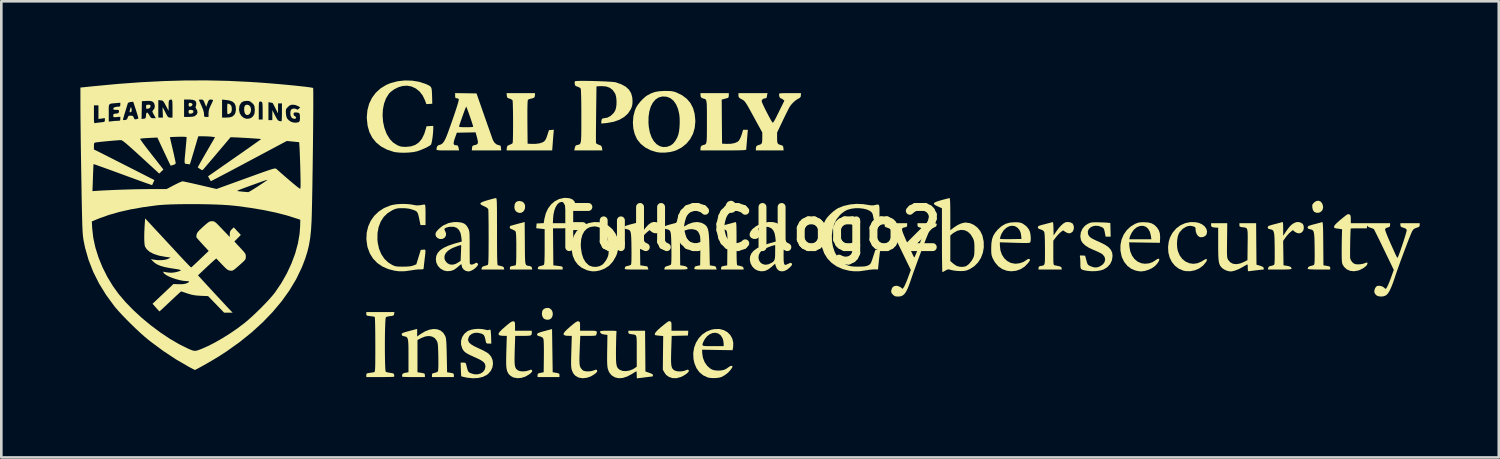
<source format=kicad_pcb>
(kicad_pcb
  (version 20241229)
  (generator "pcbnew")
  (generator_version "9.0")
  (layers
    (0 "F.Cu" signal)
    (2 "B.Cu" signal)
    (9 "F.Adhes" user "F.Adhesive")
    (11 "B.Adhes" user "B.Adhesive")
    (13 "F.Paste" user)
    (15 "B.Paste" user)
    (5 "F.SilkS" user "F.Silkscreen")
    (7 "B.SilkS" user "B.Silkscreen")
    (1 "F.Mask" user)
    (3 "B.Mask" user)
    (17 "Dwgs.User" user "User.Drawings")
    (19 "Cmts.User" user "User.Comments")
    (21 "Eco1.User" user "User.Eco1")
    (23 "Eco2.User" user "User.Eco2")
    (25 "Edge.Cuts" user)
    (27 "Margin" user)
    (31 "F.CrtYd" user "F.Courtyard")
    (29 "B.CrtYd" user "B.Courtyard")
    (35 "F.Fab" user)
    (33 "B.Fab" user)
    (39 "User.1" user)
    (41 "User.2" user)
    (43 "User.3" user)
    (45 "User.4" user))
  (footprint "FullCCIlogo2"
    (layer "F.Cu")
    (at 25.4 5.635)
    (property "Reference" "FullCCIlogo2" (at 0 0 0) (layer "F.SilkS") (effects (font (size 1.524 1.524) (thickness 0.3))))
    (attr board_only exclude_from_pos_files exclude_from_bom)
    (fp_poly (pts (xy -21.189 -4.772) (xy -21.152 -4.741) (xy -21.152 -4.701) (xy -21.182 -4.664) (xy -21.237 -4.642) (xy -21.262 -4.64) (xy -21.289 -4.662) (xy -21.297 -4.714) (xy -21.286 -4.77) (xy -21.25 -4.787)) (stroke (width 0) (type solid)) (fill yes) (layer "F.SilkS"))
    (fp_poly (pts (xy -23.476 -4.614) (xy -23.463 -4.572) (xy -23.46 -4.556) (xy -23.454 -4.484) (xy -23.47 -4.446) (xy -23.475 -4.442) (xy -23.519 -4.422) (xy -23.535 -4.441) (xy -23.528 -4.488) (xy -23.506 -4.574) (xy -23.489 -4.616)) (stroke (width 0) (type solid)) (fill yes) (layer "F.SilkS"))
    (fp_poly (pts (xy -21.144 -4.506) (xy -21.116 -4.479) (xy -21.117 -4.426) (xy -21.157 -4.387) (xy -21.226 -4.372) (xy -21.227 -4.372) (xy -21.276 -4.378) (xy -21.295 -4.408) (xy -21.297 -4.445) (xy -21.292 -4.495) (xy -21.267 -4.515) (xy -21.214 -4.518)) (stroke (width 0) (type solid)) (fill yes) (layer "F.SilkS"))
    (fp_poly (pts (xy -22.764 -4.71) (xy -22.742 -4.692) (xy -22.742 -4.649) (xy -22.742 -4.647) (xy -22.759 -4.597) (xy -22.803 -4.571) (xy -22.829 -4.565) (xy -22.883 -4.557) (xy -22.905 -4.573) (xy -22.909 -4.624) (xy -22.909 -4.631) (xy -22.905 -4.686) (xy -22.884 -4.709) (xy -22.83 -4.714) (xy -22.822 -4.714)) (stroke (width 0) (type solid)) (fill yes) (layer "F.SilkS"))
    (fp_poly (pts (xy -19.002 -4.692) (xy -18.951 -4.632) (xy -18.929 -4.539) (xy -18.928 -4.518) (xy -18.943 -4.432) (xy -18.981 -4.366) (xy -19.033 -4.327) (xy -19.091 -4.322) (xy -19.145 -4.357) (xy -19.147 -4.359) (xy -19.175 -4.42) (xy -19.189 -4.507) (xy -19.187 -4.596) (xy -19.175 -4.646) (xy -19.142 -4.697) (xy -19.088 -4.713) (xy -19.076 -4.714)) (stroke (width 0) (type solid)) (fill yes) (layer "F.SilkS"))
    (fp_poly (pts (xy -8.646 -1.041) (xy -8.574 -0.986) (xy -8.535 -0.903) (xy -8.535 -0.798) (xy -8.548 -0.745) (xy -8.597 -0.664) (xy -8.67 -0.617) (xy -8.755 -0.608) (xy -8.841 -0.64) (xy -8.879 -0.671) (xy -8.922 -0.73) (xy -8.938 -0.805) (xy -8.939 -0.839) (xy -8.924 -0.949) (xy -8.877 -1.021) (xy -8.799 -1.057) (xy -8.748 -1.061)) (stroke (width 0) (type solid)) (fill yes) (layer "F.SilkS"))
    (fp_poly (pts (xy -7.603 3.009) (xy -7.531 3.067) (xy -7.49 3.151) (xy -7.482 3.247) (xy -7.507 3.339) (xy -7.548 3.396) (xy -7.62 3.437) (xy -7.708 3.444) (xy -7.793 3.418) (xy -7.839 3.384) (xy -7.881 3.307) (xy -7.896 3.21) (xy -7.881 3.114) (xy -7.868 3.084) (xy -7.814 3.029) (xy -7.734 2.998) (xy -7.648 2.995)) (stroke (width 0) (type solid)) (fill yes) (layer "F.SilkS"))
    (fp_poly (pts (xy -0.653 -1.056) (xy -0.581 -1) (xy -0.535 -0.948) (xy -0.517 -0.901) (xy -0.517 -0.834) (xy -0.52 -0.812) (xy -0.548 -0.707) (xy -0.606 -0.641) (xy -0.695 -0.612) (xy -0.724 -0.611) (xy -0.818 -0.633) (xy -0.868 -0.671) (xy -0.915 -0.747) (xy -0.929 -0.839) (xy -0.913 -0.931) (xy -0.868 -1.007) (xy -0.814 -1.047) (xy -0.728 -1.072)) (stroke (width 0) (type solid)) (fill yes) (layer "F.SilkS"))
    (fp_poly (pts (xy 21.633 -1.046) (xy 21.693 -0.984) (xy 21.729 -0.891) (xy 21.737 -0.816) (xy 21.716 -0.726) (xy 21.66 -0.658) (xy 21.583 -0.618) (xy 21.496 -0.611) (xy 21.411 -0.643) (xy 21.395 -0.654) (xy 21.349 -0.719) (xy 21.328 -0.812) (xy 21.324 -0.887) (xy 21.337 -0.937) (xy 21.375 -0.985) (xy 21.39 -1) (xy 21.474 -1.058) (xy 21.557 -1.072)) (stroke (width 0) (type solid)) (fill yes) (layer "F.SilkS"))
    (fp_poly (pts (xy -19.777 -4.75) (xy -19.777 -4.749) (xy -19.709 -4.714) (xy -19.67 -4.654) (xy -19.657 -4.56) (xy -19.66 -4.494) (xy -19.683 -4.42) (xy -19.744 -4.372) (xy -19.777 -4.36) (xy -19.803 -4.355) (xy -19.819 -4.362) (xy -19.828 -4.392) (xy -19.831 -4.453) (xy -19.832 -4.554) (xy -19.832 -4.555) (xy -19.831 -4.656) (xy -19.828 -4.717) (xy -19.819 -4.748) (xy -19.803 -4.755)) (stroke (width 0) (type solid)) (fill yes) (layer "F.SilkS"))
    (fp_poly (pts (xy -7.498 4.615) (xy -7.486 5.434) (xy -7.357 5.456) (xy -7.283 5.471) (xy -7.245 5.488) (xy -7.231 5.516) (xy -7.229 5.547) (xy -7.229 5.617) (xy -8.06 5.617) (xy -8.06 5.548) (xy -8.055 5.505) (xy -8.033 5.481) (xy -7.98 5.464) (xy -7.944 5.457) (xy -7.828 5.434) (xy -7.821 4.832) (xy -7.82 4.643) (xy -7.821 4.477) (xy -7.824 4.341) (xy -7.829 4.239) (xy -7.836 4.178) (xy -7.839 4.167) (xy -7.871 4.119) (xy -7.933 4.086) (xy -7.975 4.073) (xy -8.044 4.051) (xy -8.075 4.026) (xy -8.079 3.994) (xy -8.068 3.971) (xy -8.039 3.949) (xy -7.983 3.926) (xy -7.894 3.898) (xy -7.791 3.87) (xy -7.51 3.795)) (stroke (width 0) (type solid)) (fill yes) (layer "F.SilkS"))
    (fp_poly (pts (xy -8.542 0.543) (xy -8.541 0.767) (xy -8.539 0.947) (xy -8.536 1.088) (xy -8.532 1.195) (xy -8.524 1.273) (xy -8.513 1.327) (xy -8.496 1.361) (xy -8.474 1.381) (xy -8.445 1.392) (xy -8.409 1.399) (xy -8.374 1.404) (xy -8.31 1.421) (xy -8.28 1.455) (xy -8.273 1.478) (xy -8.262 1.539) (xy -9.11 1.539) (xy -9.11 1.479) (xy -9.102 1.437) (xy -9.069 1.415) (xy -9.018 1.404) (xy -8.95 1.391) (xy -8.901 1.38) (xy -8.896 1.379) (xy -8.886 1.364) (xy -8.879 1.324) (xy -8.873 1.254) (xy -8.869 1.15) (xy -8.867 1.008) (xy -8.866 0.822) (xy -8.866 0.75) (xy -8.866 0.542) (xy -8.869 0.379) (xy -8.873 0.256) (xy -8.879 0.169) (xy -8.887 0.115) (xy -8.896 0.091) (xy -8.938 0.057) (xy -9.004 0.023) (xy -9.024 0.016) (xy -9.089 -0.013) (xy -9.114 -0.044) (xy -9.114 -0.064) (xy -9.105 -0.104) (xy -9.101 -0.114) (xy -9.078 -0.121) (xy -9.016 -0.139) (xy -8.927 -0.164) (xy -8.823 -0.192) (xy -8.549 -0.265)) (stroke (width 0) (type solid)) (fill yes) (layer "F.SilkS"))
    (fp_poly (pts (xy -0.535 -0.252) (xy -0.528 -0.23) (xy -0.522 -0.19) (xy -0.518 -0.127) (xy -0.516 -0.036) (xy -0.514 0.088) (xy -0.513 0.249) (xy -0.513 0.453) (xy -0.513 0.549) (xy -0.512 0.782) (xy -0.511 0.97) (xy -0.509 1.117) (xy -0.505 1.227) (xy -0.501 1.304) (xy -0.494 1.352) (xy -0.486 1.375) (xy -0.482 1.378) (xy -0.44 1.388) (xy -0.373 1.403) (xy -0.354 1.408) (xy -0.286 1.429) (xy -0.254 1.462) (xy -0.249 1.484) (xy -0.241 1.539) (xy -1.099 1.539) (xy -1.099 1.48) (xy -1.092 1.443) (xy -1.064 1.421) (xy -1.003 1.404) (xy -0.983 1.401) (xy -0.867 1.379) (xy -0.86 0.747) (xy -0.859 0.543) (xy -0.858 0.382) (xy -0.861 0.26) (xy -0.868 0.169) (xy -0.88 0.106) (xy -0.898 0.064) (xy -0.924 0.038) (xy -0.958 0.023) (xy -1.002 0.013) (xy -1.017 0.01) (xy -1.075 -0.009) (xy -1.098 -0.042) (xy -1.099 -0.06) (xy -1.094 -0.085) (xy -1.075 -0.106) (xy -1.032 -0.127) (xy -0.957 -0.151) (xy -0.849 -0.18) (xy -0.741 -0.209) (xy -0.647 -0.234) (xy -0.58 -0.252) (xy -0.556 -0.259) (xy -0.544 -0.26)) (stroke (width 0) (type solid)) (fill yes) (layer "F.SilkS"))
    (fp_poly (pts (xy 21.714 -0.255) (xy 21.721 -0.224) (xy 21.727 -0.166) (xy 21.732 -0.077) (xy 21.736 0.048) (xy 21.739 0.212) (xy 21.741 0.419) (xy 21.742 0.553) (xy 21.749 1.379) (xy 21.877 1.4) (xy 21.952 1.414) (xy 21.991 1.432) (xy 22.004 1.459) (xy 22.005 1.479) (xy 22.005 1.539) (xy 21.578 1.539) (xy 21.433 1.537) (xy 21.312 1.534) (xy 21.219 1.529) (xy 21.164 1.522) (xy 21.15 1.516) (xy 21.169 1.452) (xy 21.228 1.412) (xy 21.275 1.401) (xy 21.343 1.383) (xy 21.391 1.359) (xy 21.396 1.354) (xy 21.405 1.32) (xy 21.412 1.244) (xy 21.416 1.123) (xy 21.417 0.957) (xy 21.415 0.744) (xy 21.415 0.724) (xy 21.412 0.524) (xy 21.408 0.367) (xy 21.401 0.248) (xy 21.39 0.161) (xy 21.375 0.1) (xy 21.352 0.06) (xy 21.321 0.035) (xy 21.28 0.02) (xy 21.233 0.01) (xy 21.174 -0.009) (xy 21.152 -0.041) (xy 21.15 -0.06) (xy 21.155 -0.085) (xy 21.174 -0.106) (xy 21.215 -0.126) (xy 21.286 -0.149) (xy 21.397 -0.179) (xy 21.413 -0.183) (xy 21.522 -0.211) (xy 21.615 -0.236) (xy 21.68 -0.254) (xy 21.706 -0.262)) (stroke (width 0) (type solid)) (fill yes) (layer "F.SilkS"))
    (fp_poly (pts (xy -3.044 3.5) (xy -3.03 3.504) (xy -3.003 3.518) (xy -2.988 3.547) (xy -2.981 3.602) (xy -2.98 3.69) (xy -2.98 3.859) (xy -2.342 3.859) (xy -2.357 4.042) (xy -2.665 4.049) (xy -2.972 4.056) (xy -2.99 4.601) (xy -2.995 4.803) (xy -2.997 4.961) (xy -2.994 5.083) (xy -2.985 5.175) (xy -2.969 5.243) (xy -2.946 5.292) (xy -2.914 5.33) (xy -2.872 5.362) (xy -2.87 5.363) (xy -2.794 5.392) (xy -2.69 5.404) (xy -2.579 5.399) (xy -2.48 5.377) (xy -2.445 5.362) (xy -2.374 5.337) (xy -2.332 5.348) (xy -2.32 5.385) (xy -2.341 5.426) (xy -2.395 5.479) (xy -2.472 5.535) (xy -2.562 5.586) (xy -2.633 5.618) (xy -2.795 5.66) (xy -2.944 5.657) (xy -3.078 5.611) (xy -3.181 5.538) (xy -3.248 5.446) (xy -3.309 5.336) (xy -3.302 4.699) (xy -3.294 4.061) (xy -3.444 4.048) (xy -3.525 4.039) (xy -3.585 4.028) (xy -3.607 4.021) (xy -3.615 3.981) (xy -3.58 3.919) (xy -3.506 3.836) (xy -3.393 3.735) (xy -3.38 3.725) (xy -3.269 3.634) (xy -3.189 3.57) (xy -3.133 3.529) (xy -3.095 3.506) (xy -3.067 3.498)) (stroke (width 0) (type solid)) (fill yes) (layer "F.SilkS"))
    (fp_poly (pts (xy -8.158 -5.086) (xy -8.166 -5.017) (xy -8.197 -4.977) (xy -8.263 -4.953) (xy -8.296 -4.947) (xy -8.366 -4.929) (xy -8.417 -4.905) (xy -8.425 -4.898) (xy -8.433 -4.865) (xy -8.439 -4.788) (xy -8.443 -4.665) (xy -8.446 -4.495) (xy -8.446 -4.279) (xy -8.445 -4.051) (xy -8.438 -3.236) (xy -8.304 -3.228) (xy -8.132 -3.228) (xy -7.983 -3.248) (xy -7.867 -3.287) (xy -7.835 -3.305) (xy -7.79 -3.342) (xy -7.754 -3.393) (xy -7.72 -3.47) (xy -7.691 -3.554) (xy -7.627 -3.749) (xy -7.534 -3.757) (xy -7.442 -3.765) (xy -7.457 -3.598) (xy -7.466 -3.493) (xy -7.476 -3.363) (xy -7.486 -3.233) (xy -7.488 -3.206) (xy -7.505 -2.98) (xy -9.235 -2.98) (xy -9.227 -3.069) (xy -9.217 -3.128) (xy -9.189 -3.163) (xy -9.129 -3.189) (xy -9.123 -3.191) (xy -9.058 -3.219) (xy -9.014 -3.248) (xy -9.008 -3.255) (xy -9.002 -3.287) (xy -8.997 -3.362) (xy -8.994 -3.471) (xy -8.991 -3.607) (xy -8.99 -3.763) (xy -8.989 -3.932) (xy -8.989 -4.106) (xy -8.99 -4.279) (xy -8.992 -4.444) (xy -8.995 -4.592) (xy -8.998 -4.718) (xy -9.002 -4.813) (xy -9.008 -4.87) (xy -9.011 -4.884) (xy -9.048 -4.913) (xy -9.111 -4.941) (xy -9.127 -4.945) (xy -9.188 -4.968) (xy -9.216 -4.999) (xy -9.227 -5.059) (xy -9.227 -5.062) (xy -9.235 -5.153) (xy -8.157 -5.153)) (stroke (width 0) (type solid)) (fill yes) (layer "F.SilkS"))
    (fp_poly (pts (xy -0.806 -5.067) (xy -0.814 -5.007) (xy -0.833 -4.974) (xy -0.836 -4.972) (xy -0.878 -4.961) (xy -0.945 -4.942) (xy -0.971 -4.935) (xy -1.075 -4.907) (xy -1.069 -4.071) (xy -1.062 -3.236) (xy -0.904 -3.228) (xy -0.733 -3.231) (xy -0.589 -3.256) (xy -0.48 -3.303) (xy -0.433 -3.341) (xy -0.394 -3.399) (xy -0.352 -3.487) (xy -0.317 -3.584) (xy -0.264 -3.761) (xy -0.084 -3.761) (xy -0.114 -3.401) (xy -0.124 -3.272) (xy -0.134 -3.159) (xy -0.141 -3.071) (xy -0.145 -3.019) (xy -0.145 -3.01) (xy -0.156 -3.002) (xy -0.189 -2.995) (xy -0.25 -2.99) (xy -0.34 -2.985) (xy -0.466 -2.983) (xy -0.629 -2.981) (xy -0.835 -2.98) (xy -1.014 -2.98) (xy -1.881 -2.98) (xy -1.88 -3.047) (xy -1.87 -3.121) (xy -1.832 -3.163) (xy -1.771 -3.185) (xy -1.735 -3.194) (xy -1.706 -3.205) (xy -1.684 -3.221) (xy -1.667 -3.25) (xy -1.654 -3.294) (xy -1.646 -3.36) (xy -1.64 -3.453) (xy -1.638 -3.576) (xy -1.637 -3.736) (xy -1.636 -3.937) (xy -1.636 -4.066) (xy -1.636 -4.292) (xy -1.637 -4.474) (xy -1.639 -4.617) (xy -1.642 -4.726) (xy -1.649 -4.805) (xy -1.659 -4.861) (xy -1.674 -4.898) (xy -1.693 -4.92) (xy -1.718 -4.934) (xy -1.75 -4.943) (xy -1.771 -4.947) (xy -1.84 -4.975) (xy -1.873 -5.021) (xy -1.88 -5.086) (xy -1.881 -5.153) (xy -0.806 -5.153)) (stroke (width 0) (type solid)) (fill yes) (layer "F.SilkS"))
    (fp_poly (pts (xy 16.9 -0.256) (xy 17.023 -0.23) (xy 17.147 -0.175) (xy 17.244 -0.098) (xy 17.308 -0.006) (xy 17.335 0.094) (xy 17.319 0.194) (xy 17.312 0.211) (xy 17.258 0.272) (xy 17.175 0.308) (xy 17.082 0.312) (xy 17.06 0.308) (xy 16.994 0.268) (xy 16.94 0.193) (xy 16.907 0.098) (xy 16.901 0.033) (xy 16.897 -0.034) (xy 16.878 -0.069) (xy 16.832 -0.092) (xy 16.824 -0.095) (xy 16.713 -0.12) (xy 16.609 -0.108) (xy 16.54 -0.084) (xy 16.408 -0.003) (xy 16.299 0.117) (xy 16.259 0.183) (xy 16.224 0.284) (xy 16.202 0.416) (xy 16.194 0.562) (xy 16.202 0.706) (xy 16.225 0.831) (xy 16.226 0.834) (xy 16.296 1.002) (xy 16.395 1.137) (xy 16.519 1.237) (xy 16.659 1.299) (xy 16.811 1.321) (xy 16.967 1.301) (xy 17.123 1.236) (xy 17.171 1.205) (xy 17.255 1.155) (xy 17.31 1.139) (xy 17.332 1.157) (xy 17.32 1.207) (xy 17.294 1.254) (xy 17.183 1.389) (xy 17.041 1.494) (xy 16.876 1.566) (xy 16.699 1.602) (xy 16.519 1.598) (xy 16.429 1.578) (xy 16.261 1.507) (xy 16.117 1.397) (xy 16.001 1.254) (xy 15.916 1.085) (xy 15.867 0.895) (xy 15.856 0.69) (xy 15.858 0.663) (xy 15.881 0.481) (xy 15.928 0.326) (xy 16.004 0.18) (xy 16.038 0.128) (xy 16.17 -0.025) (xy 16.33 -0.143) (xy 16.511 -0.222) (xy 16.703 -0.261)) (stroke (width 0) (type solid)) (fill yes) (layer "F.SilkS"))
    (fp_poly (pts (xy -9.632 -1.169) (xy -9.624 -1.16) (xy -9.617 -1.139) (xy -9.612 -1.104) (xy -9.607 -1.049) (xy -9.604 -0.972) (xy -9.602 -0.869) (xy -9.6 -0.734) (xy -9.599 -0.566) (xy -9.599 -0.358) (xy -9.598 -0.109) (xy -9.598 0.098) (xy -9.598 0.392) (xy -9.597 0.641) (xy -9.596 0.847) (xy -9.594 1.014) (xy -9.591 1.145) (xy -9.587 1.243) (xy -9.583 1.312) (xy -9.577 1.355) (xy -9.571 1.375) (xy -9.568 1.378) (xy -9.525 1.388) (xy -9.459 1.403) (xy -9.44 1.408) (xy -9.371 1.429) (xy -9.34 1.462) (xy -9.334 1.484) (xy -9.326 1.539) (xy -10.188 1.539) (xy -10.18 1.484) (xy -10.16 1.442) (xy -10.108 1.414) (xy -10.075 1.404) (xy -10.005 1.384) (xy -9.954 1.364) (xy -9.946 1.36) (xy -9.938 1.344) (xy -9.932 1.306) (xy -9.927 1.24) (xy -9.923 1.145) (xy -9.92 1.016) (xy -9.918 0.85) (xy -9.917 0.643) (xy -9.916 0.391) (xy -9.916 0.322) (xy -9.917 0.102) (xy -9.917 -0.104) (xy -9.919 -0.291) (xy -9.921 -0.453) (xy -9.923 -0.585) (xy -9.926 -0.682) (xy -9.929 -0.738) (xy -9.93 -0.748) (xy -9.966 -0.794) (xy -10.051 -0.845) (xy -10.091 -0.863) (xy -10.177 -0.904) (xy -10.224 -0.94) (xy -10.23 -0.973) (xy -10.194 -1.005) (xy -10.114 -1.04) (xy -9.987 -1.081) (xy -9.952 -1.092) (xy -9.841 -1.123) (xy -9.744 -1.149) (xy -9.673 -1.166) (xy -9.641 -1.171)) (stroke (width 0) (type solid)) (fill yes) (layer "F.SilkS"))
    (fp_poly (pts (xy -8.975 3.503) (xy -8.973 3.503) (xy -8.942 3.514) (xy -8.925 3.537) (xy -8.917 3.581) (xy -8.914 3.66) (xy -8.914 3.688) (xy -8.914 3.859) (xy -8.279 3.859) (xy -8.279 3.918) (xy -8.281 3.973) (xy -8.292 4.01) (xy -8.319 4.034) (xy -8.37 4.047) (xy -8.453 4.053) (xy -8.575 4.054) (xy -8.609 4.054) (xy -8.908 4.054) (xy -8.926 4.599) (xy -8.931 4.801) (xy -8.933 4.96) (xy -8.93 5.082) (xy -8.921 5.174) (xy -8.905 5.242) (xy -8.881 5.292) (xy -8.848 5.33) (xy -8.806 5.362) (xy -8.806 5.362) (xy -8.725 5.393) (xy -8.618 5.403) (xy -8.502 5.394) (xy -8.396 5.365) (xy -8.391 5.364) (xy -8.326 5.34) (xy -8.291 5.34) (xy -8.276 5.354) (xy -8.262 5.389) (xy -8.275 5.424) (xy -8.318 5.468) (xy -8.374 5.513) (xy -8.518 5.598) (xy -8.672 5.648) (xy -8.827 5.66) (xy -8.97 5.633) (xy -9.002 5.62) (xy -9.078 5.574) (xy -9.141 5.519) (xy -9.152 5.504) (xy -9.186 5.451) (xy -9.212 5.395) (xy -9.23 5.327) (xy -9.243 5.243) (xy -9.25 5.135) (xy -9.251 4.996) (xy -9.249 4.822) (xy -9.244 4.634) (xy -9.226 4.054) (xy -9.311 4.054) (xy -9.427 4.05) (xy -9.503 4.034) (xy -9.539 4.005) (xy -9.535 3.959) (xy -9.491 3.895) (xy -9.406 3.809) (xy -9.285 3.702) (xy -9.178 3.613) (xy -9.101 3.553) (xy -9.046 3.518) (xy -9.006 3.502)) (stroke (width 0) (type solid)) (fill yes) (layer "F.SilkS"))
    (fp_poly (pts (xy 15.105 -0.246) (xy 15.23 -0.214) (xy 15.334 -0.155) (xy 15.43 -0.063) (xy 15.43 -0.063) (xy 15.502 0.043) (xy 15.543 0.164) (xy 15.555 0.314) (xy 15.553 0.366) (xy 15.545 0.525) (xy 14.962 0.516) (xy 14.378 0.507) (xy 14.39 0.675) (xy 14.422 0.854) (xy 14.489 1.011) (xy 14.584 1.142) (xy 14.704 1.24) (xy 14.844 1.301) (xy 14.979 1.319) (xy 15.134 1.305) (xy 15.264 1.26) (xy 15.367 1.194) (xy 15.444 1.143) (xy 15.494 1.127) (xy 15.52 1.14) (xy 15.521 1.178) (xy 15.498 1.234) (xy 15.452 1.303) (xy 15.384 1.38) (xy 15.331 1.429) (xy 15.229 1.496) (xy 15.1 1.553) (xy 14.963 1.594) (xy 14.84 1.61) (xy 14.828 1.61) (xy 14.749 1.603) (xy 14.655 1.585) (xy 14.621 1.577) (xy 14.456 1.508) (xy 14.311 1.398) (xy 14.193 1.253) (xy 14.107 1.078) (xy 14.093 1.034) (xy 14.049 0.819) (xy 14.05 0.606) (xy 14.091 0.402) (xy 14.096 0.391) (xy 14.384 0.391) (xy 15.222 0.391) (xy 15.205 0.263) (xy 15.168 0.113) (xy 15.103 -0.003) (xy 15.017 -0.081) (xy 14.912 -0.119) (xy 14.795 -0.115) (xy 14.67 -0.064) (xy 14.653 -0.053) (xy 14.558 0.029) (xy 14.476 0.143) (xy 14.415 0.271) (xy 14.4 0.324) (xy 14.384 0.391) (xy 14.096 0.391) (xy 14.172 0.213) (xy 14.288 0.046) (xy 14.438 -0.094) (xy 14.601 -0.191) (xy 14.683 -0.226) (xy 14.759 -0.246) (xy 14.849 -0.255) (xy 14.947 -0.256)) (stroke (width 0) (type solid)) (fill yes) (layer "F.SilkS"))
    (fp_poly (pts (xy -5.724 -0.257) (xy -5.539 -0.209) (xy -5.371 -0.122) (xy -5.226 0.003) (xy -5.112 0.161) (xy -5.084 0.216) (xy -5.054 0.284) (xy -5.035 0.346) (xy -5.025 0.416) (xy -5.02 0.509) (xy -5.019 0.623) (xy -5.02 0.745) (xy -5.025 0.833) (xy -5.036 0.901) (xy -5.056 0.963) (xy -5.087 1.035) (xy -5.095 1.051) (xy -5.208 1.243) (xy -5.346 1.393) (xy -5.513 1.503) (xy -5.702 1.574) (xy -5.856 1.604) (xy -5.993 1.606) (xy -6.134 1.578) (xy -6.205 1.556) (xy -6.387 1.47) (xy -6.535 1.35) (xy -6.648 1.197) (xy -6.726 1.014) (xy -6.765 0.801) (xy -6.771 0.684) (xy -6.762 0.593) (xy -6.421 0.593) (xy -6.415 0.718) (xy -6.381 0.936) (xy -6.322 1.119) (xy -6.236 1.263) (xy -6.127 1.367) (xy -6.088 1.392) (xy -5.969 1.432) (xy -5.835 1.438) (xy -5.706 1.41) (xy -5.6 1.353) (xy -5.536 1.289) (xy -5.471 1.2) (xy -5.434 1.135) (xy -5.4 1.063) (xy -5.379 1.001) (xy -5.367 0.935) (xy -5.363 0.848) (xy -5.362 0.745) (xy -5.378 0.51) (xy -5.42 0.311) (xy -5.489 0.15) (xy -5.582 0.028) (xy -5.701 -0.053) (xy -5.843 -0.093) (xy -5.914 -0.097) (xy -6.062 -0.075) (xy -6.187 -0.012) (xy -6.287 0.089) (xy -6.361 0.225) (xy -6.406 0.394) (xy -6.421 0.593) (xy -6.762 0.593) (xy -6.75 0.464) (xy -6.687 0.265) (xy -6.585 0.093) (xy -6.446 -0.051) (xy -6.273 -0.163) (xy -6.122 -0.223) (xy -5.92 -0.262)) (stroke (width 0) (type solid)) (fill yes) (layer "F.SilkS"))
    (fp_poly (pts (xy -13.5 3.221) (xy -13.51 3.261) (xy -13.533 3.284) (xy -13.582 3.297) (xy -13.644 3.305) (xy -13.726 3.317) (xy -13.79 3.335) (xy -13.813 3.347) (xy -13.822 3.378) (xy -13.829 3.452) (xy -13.836 3.562) (xy -13.841 3.702) (xy -13.846 3.865) (xy -13.849 4.045) (xy -13.851 4.237) (xy -13.851 4.433) (xy -13.851 4.627) (xy -13.849 4.814) (xy -13.846 4.986) (xy -13.842 5.138) (xy -13.837 5.263) (xy -13.83 5.354) (xy -13.822 5.407) (xy -13.817 5.416) (xy -13.777 5.432) (xy -13.707 5.448) (xy -13.649 5.457) (xy -13.569 5.469) (xy -13.525 5.485) (xy -13.505 5.512) (xy -13.5 5.533) (xy -13.496 5.583) (xy -13.501 5.605) (xy -13.528 5.608) (xy -13.597 5.612) (xy -13.7 5.614) (xy -13.83 5.616) (xy -13.979 5.617) (xy -14.035 5.617) (xy -14.556 5.617) (xy -14.556 5.546) (xy -14.553 5.505) (xy -14.534 5.481) (xy -14.489 5.468) (xy -14.428 5.459) (xy -14.346 5.447) (xy -14.28 5.436) (xy -14.257 5.431) (xy -14.247 5.425) (xy -14.238 5.412) (xy -14.231 5.387) (xy -14.226 5.345) (xy -14.221 5.283) (xy -14.218 5.196) (xy -14.216 5.079) (xy -14.215 4.929) (xy -14.214 4.741) (xy -14.214 4.51) (xy -14.214 4.384) (xy -14.215 4.147) (xy -14.216 3.932) (xy -14.219 3.744) (xy -14.222 3.586) (xy -14.226 3.463) (xy -14.23 3.379) (xy -14.235 3.338) (xy -14.237 3.335) (xy -14.271 3.325) (xy -14.339 3.314) (xy -14.408 3.306) (xy -14.489 3.296) (xy -14.534 3.284) (xy -14.552 3.263) (xy -14.556 3.227) (xy -14.556 3.22) (xy -14.556 3.151) (xy -13.49 3.151)) (stroke (width 0) (type solid)) (fill yes) (layer "F.SilkS"))
    (fp_poly (pts (xy -6.508 3.503) (xy -6.476 3.514) (xy -6.458 3.536) (xy -6.45 3.58) (xy -6.448 3.657) (xy -6.448 3.688) (xy -6.448 3.859) (xy -6.13 3.859) (xy -5.996 3.859) (xy -5.903 3.862) (xy -5.846 3.872) (xy -5.817 3.89) (xy -5.811 3.921) (xy -5.819 3.967) (xy -5.828 3.999) (xy -5.836 4.022) (xy -5.853 4.038) (xy -5.885 4.047) (xy -5.942 4.052) (xy -6.032 4.054) (xy -6.141 4.054) (xy -6.44 4.054) (xy -6.456 4.439) (xy -6.464 4.652) (xy -6.47 4.822) (xy -6.472 4.954) (xy -6.47 5.056) (xy -6.465 5.132) (xy -6.456 5.189) (xy -6.443 5.232) (xy -6.425 5.266) (xy -6.424 5.268) (xy -6.377 5.329) (xy -6.326 5.373) (xy -6.322 5.375) (xy -6.245 5.397) (xy -6.142 5.403) (xy -6.031 5.393) (xy -5.933 5.367) (xy -5.924 5.364) (xy -5.86 5.34) (xy -5.824 5.34) (xy -5.809 5.354) (xy -5.796 5.389) (xy -5.808 5.424) (xy -5.852 5.468) (xy -5.907 5.513) (xy -6.044 5.595) (xy -6.194 5.645) (xy -6.344 5.662) (xy -6.481 5.642) (xy -6.521 5.627) (xy -6.63 5.564) (xy -6.706 5.477) (xy -6.756 5.365) (xy -6.769 5.32) (xy -6.778 5.271) (xy -6.784 5.21) (xy -6.788 5.13) (xy -6.788 5.025) (xy -6.786 4.887) (xy -6.781 4.709) (xy -6.779 4.648) (xy -6.762 4.054) (xy -6.846 4.054) (xy -6.961 4.05) (xy -7.037 4.034) (xy -7.072 4.005) (xy -7.068 3.959) (xy -7.024 3.894) (xy -6.939 3.808) (xy -6.819 3.702) (xy -6.713 3.613) (xy -6.637 3.553) (xy -6.582 3.518) (xy -6.543 3.502) (xy -6.512 3.502)) (stroke (width 0) (type solid)) (fill yes) (layer "F.SilkS"))
    (fp_poly (pts (xy -0.998 3.836) (xy -0.861 3.912) (xy -0.752 4.019) (xy -0.676 4.152) (xy -0.637 4.307) (xy -0.641 4.479) (xy -0.646 4.507) (xy -0.663 4.598) (xy -1.241 4.589) (xy -1.82 4.579) (xy -1.813 4.724) (xy -1.785 4.895) (xy -1.721 5.053) (xy -1.628 5.189) (xy -1.51 5.294) (xy -1.425 5.339) (xy -1.33 5.363) (xy -1.211 5.372) (xy -1.089 5.365) (xy -0.987 5.343) (xy -0.971 5.337) (xy -0.891 5.296) (xy -0.815 5.243) (xy -0.811 5.24) (xy -0.75 5.2) (xy -0.702 5.191) (xy -0.698 5.192) (xy -0.672 5.205) (xy -0.664 5.222) (xy -0.678 5.254) (xy -0.716 5.312) (xy -0.733 5.337) (xy -0.832 5.449) (xy -0.963 5.548) (xy -1.087 5.615) (xy -1.178 5.64) (xy -1.297 5.654) (xy -1.425 5.656) (xy -1.542 5.646) (xy -1.608 5.631) (xy -1.779 5.551) (xy -1.922 5.433) (xy -2.033 5.279) (xy -2.11 5.095) (xy -2.146 4.931) (xy -2.155 4.713) (xy -2.123 4.505) (xy -2.077 4.382) (xy -1.806 4.382) (xy -1.801 4.412) (xy -1.772 4.43) (xy -1.714 4.44) (xy -1.622 4.444) (xy -1.489 4.445) (xy -1.404 4.445) (xy -1.001 4.445) (xy -1.002 4.341) (xy -1.013 4.251) (xy -1.04 4.155) (xy -1.049 4.134) (xy -1.118 4.03) (xy -1.207 3.964) (xy -1.31 3.937) (xy -1.419 3.946) (xy -1.528 3.991) (xy -1.63 4.069) (xy -1.718 4.18) (xy -1.77 4.281) (xy -1.794 4.339) (xy -1.806 4.382) (xy -2.077 4.382) (xy -2.052 4.315) (xy -1.948 4.146) (xy -1.813 4.003) (xy -1.652 3.893) (xy -1.467 3.82) (xy -1.338 3.796) (xy -1.159 3.795)) (stroke (width 0) (type solid)) (fill yes) (layer "F.SilkS"))
    (fp_poly (pts (xy -3.09 -5.234) (xy -2.991 -5.228) (xy -2.913 -5.215) (xy -2.84 -5.195) (xy -2.796 -5.179) (xy -2.579 -5.073) (xy -2.401 -4.94) (xy -2.262 -4.778) (xy -2.162 -4.587) (xy -2.101 -4.366) (xy -2.076 -4.114) (xy -2.076 -4.073) (xy -2.099 -3.832) (xy -2.164 -3.609) (xy -2.271 -3.409) (xy -2.414 -3.235) (xy -2.592 -3.092) (xy -2.801 -2.984) (xy -2.87 -2.959) (xy -3.042 -2.917) (xy -3.232 -2.896) (xy -3.419 -2.898) (xy -3.561 -2.918) (xy -3.782 -2.989) (xy -3.98 -3.094) (xy -4.147 -3.229) (xy -4.276 -3.389) (xy -4.292 -3.415) (xy -4.378 -3.606) (xy -4.429 -3.82) (xy -4.443 -4.024) (xy -3.853 -4.024) (xy -3.841 -3.871) (xy -3.801 -3.659) (xy -3.736 -3.478) (xy -3.65 -3.329) (xy -3.545 -3.216) (xy -3.424 -3.141) (xy -3.292 -3.107) (xy -3.15 -3.116) (xy -3.013 -3.167) (xy -2.923 -3.234) (xy -2.837 -3.338) (xy -2.764 -3.465) (xy -2.722 -3.574) (xy -2.694 -3.699) (xy -2.676 -3.856) (xy -2.668 -4.026) (xy -2.67 -4.194) (xy -2.684 -4.341) (xy -2.685 -4.347) (xy -2.733 -4.556) (xy -2.807 -4.73) (xy -2.905 -4.866) (xy -3.023 -4.962) (xy -3.161 -5.016) (xy -3.316 -5.026) (xy -3.326 -5.025) (xy -3.465 -4.989) (xy -3.586 -4.91) (xy -3.686 -4.793) (xy -3.765 -4.643) (xy -3.82 -4.461) (xy -3.85 -4.254) (xy -3.853 -4.024) (xy -4.443 -4.024) (xy -4.444 -4.047) (xy -4.425 -4.274) (xy -4.37 -4.49) (xy -4.322 -4.606) (xy -4.261 -4.705) (xy -4.174 -4.816) (xy -4.072 -4.925) (xy -3.97 -5.017) (xy -3.896 -5.069) (xy -3.752 -5.144) (xy -3.614 -5.194) (xy -3.465 -5.222) (xy -3.289 -5.234) (xy -3.224 -5.235)) (stroke (width 0) (type solid)) (fill yes) (layer "F.SilkS"))
    (fp_poly (pts (xy 20.904 -0.233) (xy 20.963 -0.192) (xy 20.994 -0.136) (xy 21.004 -0.05) (xy 21.004 -0.034) (xy 20.984 0.06) (xy 20.93 0.128) (xy 20.852 0.163) (xy 20.791 0.163) (xy 20.714 0.138) (xy 20.649 0.097) (xy 20.647 0.096) (xy 20.591 0.043) (xy 20.496 0.118) (xy 20.428 0.182) (xy 20.355 0.265) (xy 20.311 0.324) (xy 20.221 0.454) (xy 20.228 0.917) (xy 20.235 1.379) (xy 20.368 1.398) (xy 20.463 1.419) (xy 20.517 1.449) (xy 20.538 1.493) (xy 20.539 1.508) (xy 20.528 1.519) (xy 20.489 1.528) (xy 20.419 1.534) (xy 20.312 1.537) (xy 20.163 1.539) (xy 20.091 1.539) (xy 19.643 1.539) (xy 19.655 1.477) (xy 19.673 1.434) (xy 19.717 1.41) (xy 19.761 1.401) (xy 19.828 1.384) (xy 19.876 1.36) (xy 19.881 1.355) (xy 19.891 1.317) (xy 19.897 1.231) (xy 19.901 1.097) (xy 19.901 0.914) (xy 19.9 0.725) (xy 19.897 0.525) (xy 19.893 0.368) (xy 19.887 0.248) (xy 19.876 0.161) (xy 19.86 0.1) (xy 19.838 0.06) (xy 19.807 0.035) (xy 19.767 0.02) (xy 19.718 0.01) (xy 19.66 -0.009) (xy 19.638 -0.041) (xy 19.636 -0.06) (xy 19.641 -0.085) (xy 19.659 -0.106) (xy 19.701 -0.126) (xy 19.772 -0.149) (xy 19.882 -0.179) (xy 19.899 -0.183) (xy 20.008 -0.211) (xy 20.1 -0.236) (xy 20.166 -0.255) (xy 20.192 -0.262) (xy 20.206 -0.256) (xy 20.215 -0.219) (xy 20.22 -0.147) (xy 20.222 -0.033) (xy 20.222 -0.009) (xy 20.222 0.256) (xy 20.314 0.12) (xy 20.391 0.008) (xy 20.453 -0.073) (xy 20.507 -0.131) (xy 20.562 -0.178) (xy 20.6 -0.205) (xy 20.711 -0.258) (xy 20.82 -0.263)) (stroke (width 0) (type solid)) (fill yes) (layer "F.SilkS"))
    (fp_poly (pts (xy -6.849 -1.166) (xy -6.737 -1.122) (xy -6.662 -1.048) (xy -6.629 -0.962) (xy -6.634 -0.877) (xy -6.678 -0.808) (xy -6.752 -0.766) (xy -6.811 -0.757) (xy -6.912 -0.78) (xy -6.993 -0.847) (xy -7.049 -0.944) (xy -7.082 -1.002) (xy -7.125 -1.024) (xy -7.152 -1.026) (xy -7.233 -1.002) (xy -7.308 -0.937) (xy -7.372 -0.835) (xy -7.423 -0.703) (xy -7.457 -0.548) (xy -7.468 -0.435) (xy -7.48 -0.22) (xy -7.205 -0.22) (xy -7.087 -0.219) (xy -7.009 -0.217) (xy -6.964 -0.212) (xy -6.944 -0.201) (xy -6.941 -0.184) (xy -6.945 -0.165) (xy -6.957 -0.101) (xy -6.96 -0.067) (xy -6.965 -0.048) (xy -6.986 -0.036) (xy -7.03 -0.028) (xy -7.107 -0.025) (xy -7.217 -0.024) (xy -7.474 -0.024) (xy -7.468 0.678) (xy -7.461 1.38) (xy -7.284 1.401) (xy -7.193 1.412) (xy -7.14 1.424) (xy -7.115 1.441) (xy -7.107 1.468) (xy -7.107 1.48) (xy -7.107 1.539) (xy -7.586 1.539) (xy -7.751 1.538) (xy -7.873 1.537) (xy -7.958 1.534) (xy -8.012 1.529) (xy -8.041 1.521) (xy -8.052 1.511) (xy -8.05 1.5) (xy -8.037 1.454) (xy -8.035 1.44) (xy -8.014 1.423) (xy -7.961 1.406) (xy -7.944 1.402) (xy -7.875 1.385) (xy -7.826 1.365) (xy -7.821 1.362) (xy -7.812 1.341) (xy -7.804 1.295) (xy -7.799 1.219) (xy -7.795 1.108) (xy -7.792 0.958) (xy -7.791 0.765) (xy -7.791 0.671) (xy -7.791 0.006) (xy -7.951 -0.011) (xy -8.111 -0.029) (xy -8.096 -0.208) (xy -7.826 -0.222) (xy -7.799 -0.393) (xy -7.746 -0.599) (xy -7.66 -0.781) (xy -7.544 -0.934) (xy -7.404 -1.053) (xy -7.243 -1.136) (xy -7.066 -1.176) (xy -7 -1.18)) (stroke (width 0) (type solid)) (fill yes) (layer "F.SilkS"))
    (fp_poly (pts (xy -3.564 -0.26) (xy -3.494 -0.233) (xy -3.435 -0.192) (xy -3.405 -0.136) (xy -3.395 -0.05) (xy -3.395 -0.034) (xy -3.415 0.06) (xy -3.467 0.127) (xy -3.542 0.162) (xy -3.629 0.161) (xy -3.718 0.121) (xy -3.735 0.107) (xy -3.811 0.044) (xy -3.918 0.131) (xy -3.997 0.207) (xy -4.074 0.296) (xy -4.101 0.334) (xy -4.177 0.45) (xy -4.171 0.914) (xy -4.164 1.379) (xy -4.031 1.398) (xy -3.958 1.41) (xy -3.907 1.419) (xy -3.894 1.423) (xy -3.884 1.448) (xy -3.872 1.484) (xy -3.856 1.539) (xy -4.312 1.539) (xy -4.472 1.538) (xy -4.59 1.537) (xy -4.671 1.534) (xy -4.721 1.528) (xy -4.747 1.52) (xy -4.755 1.509) (xy -4.753 1.5) (xy -4.74 1.454) (xy -4.738 1.439) (xy -4.717 1.422) (xy -4.663 1.406) (xy -4.641 1.402) (xy -4.572 1.384) (xy -4.524 1.36) (xy -4.517 1.354) (xy -4.508 1.319) (xy -4.501 1.238) (xy -4.498 1.111) (xy -4.497 0.938) (xy -4.498 0.725) (xy -4.501 0.524) (xy -4.505 0.367) (xy -4.512 0.248) (xy -4.522 0.161) (xy -4.538 0.1) (xy -4.561 0.06) (xy -4.592 0.035) (xy -4.632 0.02) (xy -4.68 0.01) (xy -4.739 -0.009) (xy -4.761 -0.041) (xy -4.763 -0.06) (xy -4.758 -0.085) (xy -4.739 -0.106) (xy -4.698 -0.126) (xy -4.627 -0.149) (xy -4.516 -0.179) (xy -4.5 -0.183) (xy -4.391 -0.211) (xy -4.298 -0.236) (xy -4.233 -0.255) (xy -4.207 -0.262) (xy -4.193 -0.256) (xy -4.183 -0.219) (xy -4.178 -0.147) (xy -4.176 -0.033) (xy -4.176 -0.009) (xy -4.176 0.256) (xy -4.087 0.122) (xy -3.969 -0.041) (xy -3.86 -0.159) (xy -3.759 -0.234) (xy -3.661 -0.267)) (stroke (width 0) (type solid)) (fill yes) (layer "F.SilkS"))
    (fp_poly (pts (xy 12.159 -0.247) (xy 12.23 -0.209) (xy 12.247 -0.189) (xy 12.281 -0.103) (xy 12.281 -0.006) (xy 12.249 0.081) (xy 12.225 0.111) (xy 12.152 0.16) (xy 12.071 0.164) (xy 11.978 0.124) (xy 11.96 0.112) (xy 11.873 0.053) (xy 11.786 0.118) (xy 11.724 0.174) (xy 11.652 0.251) (xy 11.601 0.314) (xy 11.503 0.445) (xy 11.503 0.906) (xy 11.503 1.066) (xy 11.504 1.184) (xy 11.507 1.267) (xy 11.512 1.321) (xy 11.52 1.353) (xy 11.532 1.369) (xy 11.548 1.376) (xy 11.558 1.378) (xy 11.67 1.401) (xy 11.743 1.419) (xy 11.785 1.434) (xy 11.806 1.45) (xy 11.814 1.472) (xy 11.816 1.485) (xy 11.824 1.539) (xy 10.942 1.539) (xy 10.942 1.48) (xy 10.952 1.435) (xy 10.993 1.411) (xy 11.021 1.404) (xy 11.072 1.395) (xy 11.111 1.387) (xy 11.141 1.373) (xy 11.161 1.348) (xy 11.174 1.306) (xy 11.182 1.241) (xy 11.185 1.147) (xy 11.186 1.019) (xy 11.186 0.85) (xy 11.186 0.769) (xy 11.185 0.546) (xy 11.181 0.37) (xy 11.175 0.239) (xy 11.167 0.153) (xy 11.157 0.11) (xy 11.113 0.057) (xy 11.033 0.021) (xy 11.023 0.018) (xy 10.954 -0.006) (xy 10.923 -0.034) (xy 10.917 -0.063) (xy 10.922 -0.088) (xy 10.942 -0.109) (xy 10.986 -0.129) (xy 11.062 -0.152) (xy 11.169 -0.179) (xy 11.277 -0.207) (xy 11.371 -0.232) (xy 11.437 -0.25) (xy 11.461 -0.258) (xy 11.479 -0.26) (xy 11.492 -0.243) (xy 11.5 -0.201) (xy 11.505 -0.126) (xy 11.509 -0.013) (xy 11.515 0.247) (xy 11.618 0.091) (xy 11.708 -0.032) (xy 11.802 -0.136) (xy 11.892 -0.213) (xy 11.97 -0.256) (xy 11.979 -0.259) (xy 12.069 -0.265)) (stroke (width 0) (type solid)) (fill yes) (layer "F.SilkS"))
    (fp_poly (pts (xy -12.816 -5.626) (xy -12.548 -5.581) (xy -12.298 -5.499) (xy -12.211 -5.459) (xy -12.158 -5.43) (xy -12.12 -5.4) (xy -12.094 -5.362) (xy -12.078 -5.306) (xy -12.069 -5.224) (xy -12.063 -5.107) (xy -12.06 -5.007) (xy -12.053 -4.75) (xy -12.165 -4.743) (xy -12.277 -4.736) (xy -12.331 -4.883) (xy -12.419 -5.065) (xy -12.536 -5.215) (xy -12.677 -5.328) (xy -12.836 -5.403) (xy -13.009 -5.435) (xy -13.177 -5.424) (xy -13.341 -5.376) (xy -13.498 -5.297) (xy -13.633 -5.198) (xy -13.703 -5.124) (xy -13.808 -4.955) (xy -13.882 -4.756) (xy -13.926 -4.536) (xy -13.938 -4.303) (xy -13.92 -4.067) (xy -13.87 -3.835) (xy -13.788 -3.617) (xy -13.772 -3.585) (xy -13.664 -3.41) (xy -13.536 -3.276) (xy -13.388 -3.182) (xy -13.304 -3.145) (xy -13.227 -3.124) (xy -13.136 -3.116) (xy -13.054 -3.114) (xy -12.862 -3.133) (xy -12.698 -3.189) (xy -12.56 -3.285) (xy -12.448 -3.421) (xy -12.36 -3.6) (xy -12.312 -3.749) (xy -12.272 -3.895) (xy -12.144 -3.903) (xy -12.016 -3.91) (xy -12.016 -3.826) (xy -12.02 -3.719) (xy -12.029 -3.599) (xy -12.043 -3.477) (xy -12.06 -3.364) (xy -12.078 -3.272) (xy -12.096 -3.211) (xy -12.105 -3.196) (xy -12.154 -3.158) (xy -12.236 -3.111) (xy -12.341 -3.059) (xy -12.454 -3.01) (xy -12.564 -2.968) (xy -12.639 -2.944) (xy -12.784 -2.915) (xy -12.955 -2.898) (xy -13.136 -2.891) (xy -13.311 -2.897) (xy -13.462 -2.914) (xy -13.519 -2.926) (xy -13.778 -3.013) (xy -14 -3.132) (xy -14.184 -3.282) (xy -14.33 -3.462) (xy -14.438 -3.673) (xy -14.506 -3.912) (xy -14.535 -4.18) (xy -14.537 -4.249) (xy -14.513 -4.511) (xy -14.447 -4.754) (xy -14.34 -4.974) (xy -14.195 -5.168) (xy -14.014 -5.333) (xy -13.799 -5.464) (xy -13.634 -5.533) (xy -13.369 -5.603) (xy -13.093 -5.633)) (stroke (width 0) (type solid)) (fill yes) (layer "F.SilkS"))
    (fp_poly (pts (xy 10.155 -0.253) (xy 10.239 -0.242) (xy 10.306 -0.221) (xy 10.343 -0.203) (xy 10.48 -0.106) (xy 10.576 0.018) (xy 10.611 0.095) (xy 10.632 0.178) (xy 10.644 0.278) (xy 10.648 0.377) (xy 10.642 0.46) (xy 10.627 0.509) (xy 10.612 0.519) (xy 10.578 0.527) (xy 10.521 0.531) (xy 10.434 0.532) (xy 10.312 0.531) (xy 10.15 0.527) (xy 10.041 0.524) (xy 9.476 0.506) (xy 9.476 0.625) (xy 9.496 0.808) (xy 9.552 0.971) (xy 9.639 1.108) (xy 9.754 1.215) (xy 9.89 1.287) (xy 10.045 1.317) (xy 10.075 1.318) (xy 10.224 1.301) (xy 10.364 1.253) (xy 10.479 1.182) (xy 10.492 1.17) (xy 10.546 1.138) (xy 10.584 1.138) (xy 10.613 1.153) (xy 10.62 1.176) (xy 10.6 1.216) (xy 10.553 1.283) (xy 10.548 1.29) (xy 10.42 1.425) (xy 10.263 1.525) (xy 10.088 1.586) (xy 9.903 1.605) (xy 9.738 1.585) (xy 9.564 1.52) (xy 9.413 1.413) (xy 9.288 1.265) (xy 9.215 1.136) (xy 9.184 1.065) (xy 9.164 1.003) (xy 9.153 0.935) (xy 9.148 0.847) (xy 9.147 0.725) (xy 9.147 0.72) (xy 9.155 0.536) (xy 9.18 0.385) (xy 9.185 0.37) (xy 9.476 0.37) (xy 9.499 0.377) (xy 9.564 0.382) (xy 9.663 0.386) (xy 9.788 0.386) (xy 9.885 0.385) (xy 10.294 0.379) (xy 10.287 0.281) (xy 10.265 0.143) (xy 10.219 0.037) (xy 10.145 -0.048) (xy 10.046 -0.106) (xy 9.936 -0.123) (xy 9.824 -0.1) (xy 9.716 -0.041) (xy 9.62 0.051) (xy 9.543 0.173) (xy 9.513 0.243) (xy 9.491 0.311) (xy 9.478 0.36) (xy 9.476 0.37) (xy 9.185 0.37) (xy 9.226 0.257) (xy 9.299 0.139) (xy 9.392 0.027) (xy 9.537 -0.105) (xy 9.689 -0.194) (xy 9.858 -0.242) (xy 10.038 -0.256)) (stroke (width 0) (type solid)) (fill yes) (layer "F.SilkS"))
    (fp_poly (pts (xy 18.093 0.434) (xy 18.091 0.63) (xy 18.09 0.784) (xy 18.09 0.901) (xy 18.093 0.989) (xy 18.097 1.052) (xy 18.104 1.097) (xy 18.114 1.131) (xy 18.128 1.159) (xy 18.135 1.172) (xy 18.215 1.266) (xy 18.32 1.32) (xy 18.448 1.335) (xy 18.592 1.309) (xy 18.733 1.251) (xy 18.867 1.183) (xy 18.873 0.595) (xy 18.876 0.402) (xy 18.876 0.253) (xy 18.874 0.141) (xy 18.866 0.06) (xy 18.853 0.006) (xy 18.831 -0.027) (xy 18.799 -0.047) (xy 18.757 -0.057) (xy 18.701 -0.064) (xy 18.686 -0.065) (xy 18.613 -0.076) (xy 18.576 -0.091) (xy 18.563 -0.119) (xy 18.562 -0.15) (xy 18.562 -0.22) (xy 19.196 -0.22) (xy 19.202 0.567) (xy 19.209 1.354) (xy 19.343 1.394) (xy 19.426 1.424) (xy 19.47 1.454) (xy 19.485 1.487) (xy 19.484 1.528) (xy 19.473 1.539) (xy 19.437 1.542) (xy 19.365 1.549) (xy 19.272 1.559) (xy 19.17 1.571) (xy 19.072 1.583) (xy 18.993 1.593) (xy 18.946 1.6) (xy 18.908 1.604) (xy 18.888 1.592) (xy 18.88 1.554) (xy 18.879 1.478) (xy 18.879 1.477) (xy 18.877 1.404) (xy 18.871 1.355) (xy 18.865 1.343) (xy 18.84 1.355) (xy 18.783 1.386) (xy 18.707 1.431) (xy 18.689 1.442) (xy 18.546 1.518) (xy 18.408 1.574) (xy 18.285 1.606) (xy 18.221 1.611) (xy 18.157 1.602) (xy 18.078 1.581) (xy 18.064 1.576) (xy 17.982 1.536) (xy 17.907 1.482) (xy 17.9 1.476) (xy 17.859 1.432) (xy 17.827 1.384) (xy 17.802 1.326) (xy 17.783 1.252) (xy 17.77 1.156) (xy 17.762 1.032) (xy 17.758 0.874) (xy 17.756 0.675) (xy 17.756 0.57) (xy 17.756 -0.049) (xy 17.698 -0.049) (xy 17.63 -0.054) (xy 17.563 -0.064) (xy 17.509 -0.082) (xy 17.489 -0.118) (xy 17.487 -0.15) (xy 17.487 -0.22) (xy 18.101 -0.22)) (stroke (width 0) (type solid)) (fill yes) (layer "F.SilkS"))
    (fp_poly (pts (xy 13.163 -0.254) (xy 13.284 -0.251) (xy 13.405 -0.247) (xy 13.504 -0.242) (xy 13.53 -0.24) (xy 13.665 -0.228) (xy 13.672 0.033) (xy 13.679 0.293) (xy 13.487 0.293) (xy 13.457 0.133) (xy 13.438 0.046) (xy 13.419 -0.008) (xy 13.388 -0.042) (xy 13.34 -0.071) (xy 13.333 -0.074) (xy 13.216 -0.115) (xy 13.102 -0.123) (xy 12.997 -0.102) (xy 12.909 -0.057) (xy 12.845 0.009) (xy 12.812 0.09) (xy 12.817 0.183) (xy 12.834 0.227) (xy 12.859 0.27) (xy 12.895 0.309) (xy 12.95 0.348) (xy 13.029 0.392) (xy 13.141 0.445) (xy 13.288 0.511) (xy 13.465 0.599) (xy 13.596 0.69) (xy 13.685 0.79) (xy 13.735 0.901) (xy 13.75 1.021) (xy 13.727 1.183) (xy 13.661 1.327) (xy 13.555 1.446) (xy 13.415 1.534) (xy 13.405 1.538) (xy 13.278 1.576) (xy 13.124 1.598) (xy 12.958 1.603) (xy 12.801 1.59) (xy 12.783 1.587) (xy 12.67 1.566) (xy 12.597 1.544) (xy 12.555 1.513) (xy 12.535 1.463) (xy 12.529 1.385) (xy 12.529 1.313) (xy 12.527 1.212) (xy 12.522 1.123) (xy 12.515 1.063) (xy 12.513 1.055) (xy 12.508 1.02) (xy 12.523 1.005) (xy 12.571 1.004) (xy 12.604 1.006) (xy 12.709 1.014) (xy 12.757 1.189) (xy 12.782 1.279) (xy 12.805 1.335) (xy 12.835 1.37) (xy 12.88 1.397) (xy 12.921 1.415) (xy 13.038 1.455) (xy 13.138 1.461) (xy 13.239 1.433) (xy 13.287 1.41) (xy 13.388 1.339) (xy 13.449 1.251) (xy 13.469 1.156) (xy 13.448 1.061) (xy 13.384 0.976) (xy 13.339 0.941) (xy 13.276 0.906) (xy 13.183 0.861) (xy 13.076 0.814) (xy 13.025 0.793) (xy 12.846 0.71) (xy 12.705 0.618) (xy 12.605 0.519) (xy 12.552 0.424) (xy 12.527 0.275) (xy 12.547 0.128) (xy 12.607 -0.007) (xy 12.703 -0.122) (xy 12.809 -0.194) (xy 12.874 -0.224) (xy 12.934 -0.243) (xy 13.006 -0.252) (xy 13.104 -0.254)) (stroke (width 0) (type solid)) (fill yes) (layer "F.SilkS"))
    (fp_poly (pts (xy 0.65 -5.098) (xy 0.638 -5.035) (xy 0.635 -5.001) (xy 0.615 -4.965) (xy 0.585 -4.958) (xy 0.505 -4.941) (xy 0.453 -4.897) (xy 0.44 -4.847) (xy 0.451 -4.81) (xy 0.481 -4.739) (xy 0.526 -4.642) (xy 0.58 -4.53) (xy 0.641 -4.411) (xy 0.703 -4.293) (xy 0.761 -4.185) (xy 0.811 -4.098) (xy 0.844 -4.046) (xy 0.857 -4.034) (xy 0.873 -4.038) (xy 0.894 -4.063) (xy 0.925 -4.113) (xy 0.969 -4.194) (xy 1.027 -4.31) (xy 1.089 -4.434) (xy 1.302 -4.868) (xy 1.247 -4.913) (xy 1.196 -4.946) (xy 1.16 -4.958) (xy 1.131 -4.98) (xy 1.108 -5.036) (xy 1.099 -5.111) (xy 1.103 -5.126) (xy 1.118 -5.137) (xy 1.152 -5.145) (xy 1.212 -5.15) (xy 1.303 -5.152) (xy 1.433 -5.153) (xy 1.514 -5.153) (xy 1.929 -5.153) (xy 1.929 -5.086) (xy 1.92 -5.017) (xy 1.886 -4.972) (xy 1.827 -4.94) (xy 1.747 -4.892) (xy 1.657 -4.816) (xy 1.572 -4.728) (xy 1.509 -4.644) (xy 1.481 -4.595) (xy 1.437 -4.509) (xy 1.381 -4.397) (xy 1.316 -4.265) (xy 1.248 -4.124) (xy 1.24 -4.107) (xy 1.026 -3.659) (xy 1.026 -3.457) (xy 1.028 -3.346) (xy 1.038 -3.274) (xy 1.062 -3.23) (xy 1.104 -3.203) (xy 1.172 -3.182) (xy 1.172 -3.182) (xy 1.23 -3.161) (xy 1.256 -3.127) (xy 1.265 -3.07) (xy 1.273 -2.98) (xy 0.22 -2.98) (xy 0.22 -3.047) (xy 0.231 -3.121) (xy 0.268 -3.163) (xy 0.33 -3.185) (xy 0.392 -3.205) (xy 0.431 -3.232) (xy 0.453 -3.279) (xy 0.462 -3.355) (xy 0.464 -3.457) (xy 0.464 -3.659) (xy 0.139 -4.253) (xy 0.043 -4.428) (xy -0.033 -4.566) (xy -0.092 -4.671) (xy -0.14 -4.749) (xy -0.178 -4.805) (xy -0.21 -4.845) (xy -0.241 -4.873) (xy -0.273 -4.895) (xy -0.311 -4.916) (xy -0.313 -4.917) (xy -0.385 -4.958) (xy -0.423 -4.992) (xy -0.438 -5.031) (xy -0.44 -5.069) (xy -0.44 -5.153) (xy 0.665 -5.153)) (stroke (width 0) (type solid)) (fill yes) (layer "F.SilkS"))
    (fp_poly (pts (xy -12.627 4.079) (xy -12.508 3.993) (xy -12.335 3.888) (xy -12.168 3.822) (xy -12.009 3.794) (xy -11.865 3.805) (xy -11.739 3.853) (xy -11.636 3.939) (xy -11.562 4.06) (xy -11.548 4.099) (xy -11.536 4.146) (xy -11.528 4.209) (xy -11.52 4.292) (xy -11.515 4.404) (xy -11.51 4.55) (xy -11.505 4.736) (xy -11.504 4.799) (xy -11.491 5.434) (xy -11.363 5.456) (xy -11.288 5.471) (xy -11.25 5.488) (xy -11.236 5.516) (xy -11.235 5.547) (xy -11.235 5.617) (xy -12.065 5.617) (xy -12.065 5.546) (xy -12.06 5.499) (xy -12.034 5.475) (xy -11.974 5.46) (xy -11.969 5.459) (xy -11.9 5.44) (xy -11.85 5.414) (xy -11.844 5.408) (xy -11.834 5.378) (xy -11.827 5.315) (xy -11.823 5.214) (xy -11.822 5.073) (xy -11.824 4.887) (xy -11.824 4.854) (xy -11.828 4.679) (xy -11.832 4.545) (xy -11.837 4.444) (xy -11.844 4.371) (xy -11.854 4.317) (xy -11.867 4.275) (xy -11.884 4.238) (xy -11.884 4.237) (xy -11.958 4.14) (xy -12.06 4.081) (xy -12.183 4.06) (xy -12.322 4.078) (xy -12.472 4.137) (xy -12.486 4.144) (xy -12.615 4.213) (xy -12.615 5.434) (xy -12.474 5.456) (xy -12.395 5.471) (xy -12.353 5.486) (xy -12.337 5.511) (xy -12.334 5.548) (xy -12.334 5.617) (xy -12.757 5.617) (xy -12.896 5.617) (xy -13.017 5.615) (xy -13.112 5.612) (xy -13.174 5.608) (xy -13.193 5.605) (xy -13.199 5.573) (xy -13.195 5.533) (xy -13.178 5.495) (xy -13.138 5.471) (xy -13.07 5.454) (xy -12.956 5.434) (xy -12.956 4.808) (xy -12.957 4.603) (xy -12.958 4.442) (xy -12.963 4.319) (xy -12.971 4.229) (xy -12.985 4.165) (xy -13.005 4.123) (xy -13.033 4.097) (xy -13.07 4.081) (xy -13.117 4.07) (xy -13.129 4.068) (xy -13.188 4.049) (xy -13.211 4.017) (xy -13.213 3.998) (xy -13.208 3.974) (xy -13.19 3.954) (xy -13.151 3.935) (xy -13.082 3.912) (xy -12.976 3.883) (xy -12.92 3.868) (xy -12.627 3.791)) (stroke (width 0) (type solid)) (fill yes) (layer "F.SilkS"))
    (fp_poly (pts (xy -10.128 3.801) (xy -10.059 3.817) (xy -9.963 3.838) (xy -9.905 3.829) (xy -9.863 3.817) (xy -9.847 3.822) (xy -9.839 3.852) (xy -9.832 3.919) (xy -9.825 4.014) (xy -9.822 4.093) (xy -9.814 4.347) (xy -9.91 4.347) (xy -9.974 4.344) (xy -10.005 4.325) (xy -10.021 4.279) (xy -10.023 4.269) (xy -10.048 4.154) (xy -10.071 4.077) (xy -10.098 4.027) (xy -10.134 3.996) (xy -10.185 3.971) (xy -10.315 3.938) (xy -10.44 3.94) (xy -10.549 3.975) (xy -10.633 4.041) (xy -10.666 4.092) (xy -10.693 4.173) (xy -10.69 4.246) (xy -10.652 4.313) (xy -10.578 4.379) (xy -10.462 4.448) (xy -10.302 4.524) (xy -10.286 4.531) (xy -10.169 4.585) (xy -10.058 4.642) (xy -9.969 4.694) (xy -9.916 4.731) (xy -9.821 4.842) (xy -9.766 4.971) (xy -9.75 5.109) (xy -9.772 5.248) (xy -9.832 5.379) (xy -9.929 5.492) (xy -9.988 5.538) (xy -10.136 5.611) (xy -10.316 5.653) (xy -10.518 5.663) (xy -10.734 5.64) (xy -10.792 5.628) (xy -10.873 5.61) (xy -10.931 5.595) (xy -10.954 5.588) (xy -10.958 5.562) (xy -10.962 5.498) (xy -10.966 5.406) (xy -10.969 5.324) (xy -10.978 5.068) (xy -10.882 5.068) (xy -10.819 5.072) (xy -10.786 5.092) (xy -10.768 5.141) (xy -10.765 5.153) (xy -10.735 5.27) (xy -10.713 5.348) (xy -10.692 5.399) (xy -10.668 5.43) (xy -10.636 5.451) (xy -10.592 5.472) (xy -10.462 5.511) (xy -10.337 5.514) (xy -10.224 5.484) (xy -10.131 5.425) (xy -10.066 5.34) (xy -10.038 5.234) (xy -10.038 5.216) (xy -10.046 5.148) (xy -10.073 5.089) (xy -10.125 5.035) (xy -10.208 4.979) (xy -10.328 4.917) (xy -10.447 4.863) (xy -10.595 4.796) (xy -10.705 4.741) (xy -10.784 4.692) (xy -10.841 4.644) (xy -10.884 4.591) (xy -10.918 4.529) (xy -10.962 4.386) (xy -10.962 4.24) (xy -10.92 4.102) (xy -10.84 3.98) (xy -10.725 3.882) (xy -10.689 3.862) (xy -10.571 3.82) (xy -10.425 3.794) (xy -10.272 3.788)) (stroke (width 0) (type solid)) (fill yes) (layer "F.SilkS"))
    (fp_poly (pts (xy 4.289 -0.942) (xy 4.454 -0.916) (xy 4.58 -0.896) (xy 4.677 -0.896) (xy 4.723 -0.904) (xy 4.791 -0.92) (xy 4.841 -0.928) (xy 4.874 -0.921) (xy 4.894 -0.893) (xy 4.905 -0.839) (xy 4.909 -0.751) (xy 4.909 -0.624) (xy 4.909 -0.537) (xy 4.909 -0.147) (xy 4.826 -0.147) (xy 4.793 -0.147) (xy 4.769 -0.153) (xy 4.749 -0.171) (xy 4.732 -0.209) (xy 4.714 -0.271) (xy 4.692 -0.366) (xy 4.664 -0.5) (xy 4.653 -0.556) (xy 4.614 -0.63) (xy 4.536 -0.691) (xy 4.427 -0.739) (xy 4.295 -0.771) (xy 4.149 -0.788) (xy 3.996 -0.788) (xy 3.846 -0.769) (xy 3.705 -0.731) (xy 3.643 -0.704) (xy 3.563 -0.656) (xy 3.474 -0.588) (xy 3.412 -0.532) (xy 3.284 -0.372) (xy 3.19 -0.184) (xy 3.129 0.023) (xy 3.102 0.242) (xy 3.107 0.463) (xy 3.145 0.68) (xy 3.216 0.883) (xy 3.32 1.065) (xy 3.436 1.198) (xy 3.539 1.289) (xy 3.634 1.353) (xy 3.734 1.394) (xy 3.85 1.418) (xy 3.996 1.428) (xy 4.091 1.429) (xy 4.224 1.427) (xy 4.321 1.422) (xy 4.391 1.412) (xy 4.446 1.396) (xy 4.482 1.38) (xy 4.524 1.357) (xy 4.556 1.33) (xy 4.583 1.292) (xy 4.609 1.232) (xy 4.641 1.14) (xy 4.666 1.062) (xy 4.753 0.794) (xy 4.94 0.778) (xy 4.926 0.871) (xy 4.918 0.933) (xy 4.907 1.03) (xy 4.893 1.147) (xy 4.882 1.251) (xy 4.853 1.537) (xy 4.728 1.533) (xy 4.645 1.536) (xy 4.535 1.547) (xy 4.418 1.565) (xy 4.387 1.57) (xy 4.155 1.603) (xy 3.942 1.605) (xy 3.767 1.585) (xy 3.511 1.521) (xy 3.286 1.42) (xy 3.093 1.286) (xy 2.936 1.121) (xy 2.815 0.928) (xy 2.734 0.709) (xy 2.695 0.467) (xy 2.694 0.269) (xy 2.727 0.015) (xy 2.796 -0.209) (xy 2.867 -0.352) (xy 2.939 -0.451) (xy 3.04 -0.558) (xy 3.155 -0.662) (xy 3.271 -0.749) (xy 3.344 -0.793) (xy 3.553 -0.875) (xy 3.789 -0.929) (xy 4.039 -0.952)) (stroke (width 0) (type solid)) (fill yes) (layer "F.SilkS"))
    (fp_poly (pts (xy 7.579 -1.148) (xy 7.586 -1.079) (xy 7.591 -0.967) (xy 7.594 -0.816) (xy 7.595 -0.629) (xy 7.596 -0.562) (xy 7.596 0.049) (xy 7.736 -0.059) (xy 7.869 -0.146) (xy 8.006 -0.209) (xy 8.133 -0.241) (xy 8.178 -0.244) (xy 8.34 -0.221) (xy 8.491 -0.155) (xy 8.625 -0.052) (xy 8.734 0.082) (xy 8.81 0.24) (xy 8.815 0.257) (xy 8.862 0.479) (xy 8.866 0.697) (xy 8.83 0.906) (xy 8.757 1.098) (xy 8.648 1.269) (xy 8.506 1.413) (xy 8.333 1.523) (xy 8.316 1.531) (xy 8.227 1.568) (xy 8.146 1.588) (xy 8.052 1.596) (xy 7.974 1.597) (xy 7.858 1.592) (xy 7.739 1.578) (xy 7.644 1.559) (xy 7.642 1.558) (xy 7.563 1.538) (xy 7.512 1.533) (xy 7.468 1.546) (xy 7.413 1.577) (xy 7.41 1.578) (xy 7.349 1.613) (xy 7.306 1.634) (xy 7.296 1.636) (xy 7.293 1.613) (xy 7.289 1.545) (xy 7.286 1.437) (xy 7.284 1.295) (xy 7.283 1.216) (xy 7.596 1.216) (xy 7.685 1.295) (xy 7.756 1.35) (xy 7.828 1.396) (xy 7.85 1.406) (xy 7.95 1.433) (xy 8.062 1.438) (xy 8.164 1.421) (xy 8.201 1.407) (xy 8.303 1.33) (xy 8.398 1.216) (xy 8.453 1.123) (xy 8.479 1.067) (xy 8.496 1.01) (xy 8.506 0.94) (xy 8.51 0.843) (xy 8.511 0.745) (xy 8.51 0.617) (xy 8.504 0.525) (xy 8.492 0.454) (xy 8.472 0.391) (xy 8.455 0.351) (xy 8.368 0.207) (xy 8.261 0.105) (xy 8.138 0.048) (xy 8.003 0.035) (xy 7.862 0.068) (xy 7.719 0.148) (xy 7.672 0.184) (xy 7.596 0.249) (xy 7.596 1.216) (xy 7.283 1.216) (xy 7.281 1.123) (xy 7.28 0.924) (xy 7.279 0.705) (xy 7.278 0.47) (xy 7.278 0.426) (xy 7.278 -0.785) (xy 7.121 -0.856) (xy 7.032 -0.9) (xy 6.982 -0.938) (xy 6.972 -0.971) (xy 7.004 -1.004) (xy 7.08 -1.038) (xy 7.202 -1.077) (xy 7.268 -1.096) (xy 7.38 -1.126) (xy 7.474 -1.15) (xy 7.542 -1.167) (xy 7.572 -1.172)) (stroke (width 0) (type solid)) (fill yes) (layer "F.SilkS"))
    (fp_poly (pts (xy -3.975 4.632) (xy -3.969 5.406) (xy -3.821 5.456) (xy -3.738 5.489) (xy -3.694 5.516) (xy -3.682 5.544) (xy -3.683 5.55) (xy -3.692 5.586) (xy -3.696 5.593) (xy -3.72 5.596) (xy -3.784 5.604) (xy -3.876 5.615) (xy -3.989 5.629) (xy -3.992 5.63) (xy -4.106 5.644) (xy -4.2 5.655) (xy -4.265 5.663) (xy -4.291 5.666) (xy -4.291 5.666) (xy -4.295 5.644) (xy -4.298 5.587) (xy -4.298 5.532) (xy -4.3 5.458) (xy -4.305 5.409) (xy -4.31 5.397) (xy -4.334 5.41) (xy -4.389 5.442) (xy -4.462 5.488) (xy -4.473 5.496) (xy -4.654 5.594) (xy -4.824 5.65) (xy -4.981 5.662) (xy -5.121 5.63) (xy -5.129 5.627) (xy -5.253 5.55) (xy -5.342 5.441) (xy -5.389 5.327) (xy -5.402 5.274) (xy -5.411 5.213) (xy -5.417 5.135) (xy -5.421 5.034) (xy -5.422 4.903) (xy -5.421 4.734) (xy -5.419 4.605) (xy -5.41 4.018) (xy -5.527 4.004) (xy -5.623 3.982) (xy -5.676 3.941) (xy -5.69 3.889) (xy -5.677 3.876) (xy -5.634 3.867) (xy -5.556 3.861) (xy -5.436 3.859) (xy -5.371 3.859) (xy -5.241 3.859) (xy -5.153 3.862) (xy -5.098 3.866) (xy -5.071 3.875) (xy -5.063 3.888) (xy -5.065 3.902) (xy -5.069 3.937) (xy -5.073 4.014) (xy -5.077 4.126) (xy -5.08 4.264) (xy -5.083 4.422) (xy -5.085 4.53) (xy -5.086 4.739) (xy -5.085 4.904) (xy -5.08 5.033) (xy -5.07 5.13) (xy -5.054 5.203) (xy -5.03 5.257) (xy -4.997 5.297) (xy -4.955 5.331) (xy -4.929 5.348) (xy -4.825 5.386) (xy -4.698 5.391) (xy -4.563 5.367) (xy -4.433 5.314) (xy -4.373 5.277) (xy -4.298 5.223) (xy -4.298 4.628) (xy -4.298 4.44) (xy -4.298 4.295) (xy -4.301 4.187) (xy -4.307 4.111) (xy -4.32 4.06) (xy -4.341 4.029) (xy -4.371 4.012) (xy -4.413 4.003) (xy -4.468 3.996) (xy -4.5 3.992) (xy -4.571 3.979) (xy -4.605 3.96) (xy -4.616 3.929) (xy -4.616 3.917) (xy -4.616 3.859) (xy -3.982 3.859)) (stroke (width 0) (type solid)) (fill yes) (layer "F.SilkS"))
    (fp_poly (pts (xy -13.057 -0.948) (xy -12.89 -0.935) (xy -12.78 -0.916) (xy -12.662 -0.895) (xy -12.559 -0.896) (xy -12.502 -0.904) (xy -12.424 -0.918) (xy -12.363 -0.927) (xy -12.343 -0.928) (xy -12.33 -0.919) (xy -12.32 -0.888) (xy -12.314 -0.829) (xy -12.311 -0.736) (xy -12.309 -0.602) (xy -12.309 -0.537) (xy -12.309 -0.147) (xy -12.501 -0.147) (xy -12.529 -0.287) (xy -12.558 -0.428) (xy -12.581 -0.53) (xy -12.605 -0.6) (xy -12.633 -0.647) (xy -12.671 -0.679) (xy -12.725 -0.705) (xy -12.799 -0.732) (xy -12.811 -0.736) (xy -12.928 -0.768) (xy -13.061 -0.785) (xy -13.178 -0.789) (xy -13.291 -0.788) (xy -13.374 -0.78) (xy -13.446 -0.763) (xy -13.523 -0.732) (xy -13.561 -0.715) (xy -13.743 -0.604) (xy -13.893 -0.459) (xy -14.008 -0.282) (xy -14.087 -0.078) (xy -14.13 0.15) (xy -14.134 0.4) (xy -14.123 0.515) (xy -14.073 0.75) (xy -13.987 0.957) (xy -13.868 1.134) (xy -13.718 1.276) (xy -13.586 1.357) (xy -13.521 1.389) (xy -13.464 1.409) (xy -13.403 1.421) (xy -13.324 1.427) (xy -13.214 1.429) (xy -13.164 1.429) (xy -13.017 1.426) (xy -12.906 1.418) (xy -12.822 1.402) (xy -12.771 1.385) (xy -12.659 1.342) (xy -12.49 0.794) (xy -12.4 0.786) (xy -12.362 0.783) (xy -12.336 0.784) (xy -12.32 0.798) (xy -12.313 0.83) (xy -12.314 0.887) (xy -12.323 0.977) (xy -12.338 1.105) (xy -12.346 1.172) (xy -12.36 1.291) (xy -12.371 1.393) (xy -12.379 1.468) (xy -12.382 1.506) (xy -12.382 1.507) (xy -12.404 1.527) (xy -12.47 1.533) (xy -12.511 1.533) (xy -12.596 1.536) (xy -12.708 1.547) (xy -12.826 1.565) (xy -12.856 1.57) (xy -13.099 1.603) (xy -13.322 1.604) (xy -13.463 1.587) (xy -13.72 1.523) (xy -13.946 1.423) (xy -14.14 1.29) (xy -14.299 1.125) (xy -14.421 0.93) (xy -14.504 0.708) (xy -14.52 0.641) (xy -14.553 0.383) (xy -14.54 0.136) (xy -14.484 -0.096) (xy -14.388 -0.309) (xy -14.255 -0.498) (xy -14.086 -0.661) (xy -13.885 -0.792) (xy -13.654 -0.887) (xy -13.553 -0.915) (xy -13.408 -0.938) (xy -13.236 -0.949)) (stroke (width 0) (type solid)) (fill yes) (layer "F.SilkS"))
    (fp_poly (pts (xy -6.145 -5.616) (xy -5.979 -5.613) (xy -5.809 -5.608) (xy -5.64 -5.602) (xy -5.481 -5.595) (xy -5.339 -5.587) (xy -5.222 -5.579) (xy -5.135 -5.57) (xy -5.092 -5.562) (xy -4.883 -5.488) (xy -4.718 -5.398) (xy -4.596 -5.287) (xy -4.513 -5.155) (xy -4.469 -4.999) (xy -4.458 -4.86) (xy -4.462 -4.748) (xy -4.476 -4.662) (xy -4.507 -4.579) (xy -4.526 -4.537) (xy -4.63 -4.38) (xy -4.773 -4.249) (xy -4.953 -4.144) (xy -5.168 -4.067) (xy -5.413 -4.021) (xy -5.465 -4.016) (xy -5.642 -3.999) (xy -5.642 -4.061) (xy -5.633 -4.143) (xy -5.601 -4.187) (xy -5.543 -4.201) (xy -5.541 -4.201) (xy -5.409 -4.224) (xy -5.286 -4.29) (xy -5.179 -4.393) (xy -5.12 -4.482) (xy -5.086 -4.58) (xy -5.067 -4.708) (xy -5.064 -4.849) (xy -5.076 -4.985) (xy -5.103 -5.101) (xy -5.122 -5.144) (xy -5.21 -5.27) (xy -5.32 -5.356) (xy -5.457 -5.405) (xy -5.626 -5.419) (xy -5.666 -5.417) (xy -5.825 -5.41) (xy -5.839 -4.347) (xy -5.841 -4.124) (xy -5.843 -3.914) (xy -5.845 -3.725) (xy -5.846 -3.561) (xy -5.846 -3.427) (xy -5.845 -3.328) (xy -5.844 -3.27) (xy -5.843 -3.256) (xy -5.815 -3.231) (xy -5.758 -3.202) (xy -5.731 -3.193) (xy -5.665 -3.166) (xy -5.632 -3.132) (xy -5.616 -3.075) (xy -5.615 -3.069) (xy -5.601 -2.98) (xy -6.668 -2.98) (xy -6.654 -3.047) (xy -6.636 -3.119) (xy -6.616 -3.158) (xy -6.584 -3.177) (xy -6.547 -3.187) (xy -6.511 -3.195) (xy -6.482 -3.203) (xy -6.458 -3.218) (xy -6.44 -3.242) (xy -6.425 -3.281) (xy -6.415 -3.338) (xy -6.408 -3.419) (xy -6.403 -3.527) (xy -6.401 -3.667) (xy -6.4 -3.844) (xy -6.4 -4.061) (xy -6.4 -4.279) (xy -6.4 -4.534) (xy -6.402 -4.759) (xy -6.405 -4.952) (xy -6.409 -5.108) (xy -6.414 -5.225) (xy -6.419 -5.3) (xy -6.424 -5.326) (xy -6.463 -5.362) (xy -6.527 -5.392) (xy -6.543 -5.397) (xy -6.607 -5.42) (xy -6.638 -5.454) (xy -6.65 -5.502) (xy -6.653 -5.562) (xy -6.643 -5.601) (xy -6.642 -5.602) (xy -6.611 -5.609) (xy -6.538 -5.614) (xy -6.432 -5.617) (xy -6.298 -5.617)) (stroke (width 0) (type solid)) (fill yes) (layer "F.SilkS"))
    (fp_poly (pts (xy -10.78 -5.148) (xy -10.375 -5.141) (xy -10.085 -4.311) (xy -10.016 -4.115) (xy -9.951 -3.929) (xy -9.891 -3.76) (xy -9.84 -3.614) (xy -9.798 -3.496) (xy -9.769 -3.414) (xy -9.754 -3.374) (xy -9.7 -3.281) (xy -9.623 -3.212) (xy -9.535 -3.177) (xy -9.509 -3.175) (xy -9.474 -3.166) (xy -9.456 -3.132) (xy -9.448 -3.077) (xy -9.438 -2.98) (xy -10.554 -2.98) (xy -10.546 -3.07) (xy -10.536 -3.132) (xy -10.509 -3.162) (xy -10.456 -3.178) (xy -10.383 -3.197) (xy -10.339 -3.226) (xy -10.322 -3.273) (xy -10.328 -3.348) (xy -10.354 -3.458) (xy -10.356 -3.466) (xy -10.41 -3.665) (xy -11.122 -3.651) (xy -11.194 -3.45) (xy -11.231 -3.333) (xy -11.245 -3.253) (xy -11.233 -3.204) (xy -11.195 -3.18) (xy -11.148 -3.175) (xy -11.104 -3.171) (xy -11.079 -3.15) (xy -11.062 -3.1) (xy -11.052 -3.059) (xy -11.035 -2.98) (xy -11.465 -2.98) (xy -11.62 -2.98) (xy -11.732 -2.981) (xy -11.809 -2.985) (xy -11.857 -2.991) (xy -11.883 -3) (xy -11.893 -3.012) (xy -11.894 -3.022) (xy -11.88 -3.113) (xy -11.84 -3.166) (xy -11.796 -3.184) (xy -11.734 -3.202) (xy -11.681 -3.234) (xy -11.632 -3.285) (xy -11.584 -3.361) (xy -11.533 -3.468) (xy -11.475 -3.612) (xy -11.42 -3.764) (xy -11.379 -3.877) (xy -11.039 -3.877) (xy -11.016 -3.87) (xy -10.955 -3.864) (xy -10.864 -3.86) (xy -10.771 -3.859) (xy -10.663 -3.86) (xy -10.575 -3.865) (xy -10.519 -3.871) (xy -10.502 -3.877) (xy -10.509 -3.911) (xy -10.53 -3.979) (xy -10.56 -4.072) (xy -10.596 -4.18) (xy -10.636 -4.295) (xy -10.675 -4.407) (xy -10.711 -4.506) (xy -10.741 -4.584) (xy -10.76 -4.631) (xy -10.766 -4.64) (xy -10.778 -4.619) (xy -10.803 -4.56) (xy -10.836 -4.474) (xy -10.874 -4.369) (xy -10.915 -4.255) (xy -10.955 -4.141) (xy -10.991 -4.037) (xy -11.019 -3.952) (xy -11.036 -3.895) (xy -11.039 -3.877) (xy -11.379 -3.877) (xy -11.319 -4.046) (xy -11.234 -4.292) (xy -11.164 -4.499) (xy -11.11 -4.668) (xy -11.072 -4.795) (xy -11.052 -4.88) (xy -11.048 -4.921) (xy -11.048 -4.922) (xy -11.081 -4.949) (xy -11.124 -4.958) (xy -11.164 -4.963) (xy -11.181 -4.988) (xy -11.186 -5.046) (xy -11.186 -5.056) (xy -11.186 -5.154)) (stroke (width 0) (type solid)) (fill yes) (layer "F.SilkS"))
    (fp_poly (pts (xy -1.858 -0.238) (xy -1.82 -0.223) (xy -1.749 -0.187) (xy -1.693 -0.148) (xy -1.648 -0.1) (xy -1.613 -0.037) (xy -1.588 0.046) (xy -1.569 0.155) (xy -1.557 0.294) (xy -1.548 0.471) (xy -1.542 0.689) (xy -1.54 0.744) (xy -1.526 1.379) (xy -1.419 1.397) (xy -1.35 1.409) (xy -1.314 1.421) (xy -1.297 1.441) (xy -1.285 1.48) (xy -1.284 1.484) (xy -1.267 1.539) (xy -1.698 1.539) (xy -1.854 1.538) (xy -1.967 1.537) (xy -2.043 1.533) (xy -2.09 1.527) (xy -2.112 1.519) (xy -2.117 1.507) (xy -2.115 1.5) (xy -2.102 1.454) (xy -2.1 1.44) (xy -2.079 1.423) (xy -2.025 1.405) (xy -1.997 1.399) (xy -1.893 1.378) (xy -1.886 0.834) (xy -1.884 0.655) (xy -1.884 0.517) (xy -1.886 0.413) (xy -1.89 0.337) (xy -1.897 0.28) (xy -1.907 0.235) (xy -1.922 0.195) (xy -1.928 0.181) (xy -1.974 0.1) (xy -2.034 0.05) (xy -2.069 0.033) (xy -2.191 0.006) (xy -2.331 0.014) (xy -2.475 0.057) (xy -2.54 0.088) (xy -2.663 0.155) (xy -2.656 0.767) (xy -2.65 1.379) (xy -2.53 1.396) (xy -2.437 1.419) (xy -2.385 1.455) (xy -2.369 1.508) (xy -2.381 1.52) (xy -2.42 1.528) (xy -2.49 1.534) (xy -2.598 1.537) (xy -2.748 1.539) (xy -2.81 1.539) (xy -3.252 1.539) (xy -3.244 1.484) (xy -3.226 1.444) (xy -3.177 1.416) (xy -3.133 1.404) (xy -3.063 1.382) (xy -3.012 1.359) (xy -3.003 1.352) (xy -2.993 1.323) (xy -2.987 1.257) (xy -2.983 1.152) (xy -2.981 1.004) (xy -2.982 0.81) (xy -2.983 0.726) (xy -2.987 0.525) (xy -2.991 0.368) (xy -2.998 0.249) (xy -3.008 0.161) (xy -3.024 0.1) (xy -3.047 0.06) (xy -3.077 0.035) (xy -3.118 0.02) (xy -3.166 0.01) (xy -3.225 -0.009) (xy -3.247 -0.042) (xy -3.248 -0.06) (xy -3.244 -0.085) (xy -3.224 -0.106) (xy -3.181 -0.127) (xy -3.106 -0.151) (xy -2.998 -0.18) (xy -2.89 -0.209) (xy -2.796 -0.234) (xy -2.73 -0.252) (xy -2.705 -0.259) (xy -2.68 -0.26) (xy -2.667 -0.238) (xy -2.663 -0.183) (xy -2.662 -0.136) (xy -2.661 -0.062) (xy -2.656 -0.012) (xy -2.652 0) (xy -2.629 -0.013) (xy -2.577 -0.045) (xy -2.518 -0.084) (xy -2.338 -0.186) (xy -2.165 -0.246) (xy -2.004 -0.264)) (stroke (width 0) (type solid)) (fill yes) (layer "F.SilkS"))
    (fp_poly (pts (xy 5.959 -0.149) (xy 5.952 -0.1) (xy 5.921 -0.074) (xy 5.876 -0.063) (xy 5.827 -0.053) (xy 5.791 -0.038) (xy 5.77 -0.015) (xy 5.765 0.022) (xy 5.776 0.08) (xy 5.805 0.162) (xy 5.851 0.274) (xy 5.916 0.422) (xy 5.971 0.542) (xy 6.038 0.69) (xy 6.1 0.824) (xy 6.153 0.936) (xy 6.193 1.021) (xy 6.219 1.071) (xy 6.226 1.082) (xy 6.239 1.067) (xy 6.265 1.013) (xy 6.301 0.928) (xy 6.342 0.82) (xy 6.388 0.696) (xy 6.435 0.564) (xy 6.48 0.432) (xy 6.521 0.308) (xy 6.554 0.199) (xy 6.578 0.113) (xy 6.59 0.058) (xy 6.59 0.045) (xy 6.574 0.005) (xy 6.53 -0.025) (xy 6.466 -0.047) (xy 6.396 -0.071) (xy 6.361 -0.096) (xy 6.351 -0.133) (xy 6.35 -0.151) (xy 6.35 -0.22) (xy 6.716 -0.22) (xy 6.858 -0.219) (xy 6.958 -0.217) (xy 7.023 -0.213) (xy 7.06 -0.206) (xy 7.078 -0.194) (xy 7.082 -0.178) (xy 7.082 -0.177) (xy 7.07 -0.119) (xy 7.027 -0.077) (xy 6.948 -0.044) (xy 6.869 -0.004) (xy 6.811 0.063) (xy 6.797 0.088) (xy 6.77 0.143) (xy 6.73 0.238) (xy 6.678 0.366) (xy 6.618 0.52) (xy 6.55 0.694) (xy 6.479 0.882) (xy 6.406 1.077) (xy 6.334 1.272) (xy 6.265 1.461) (xy 6.201 1.638) (xy 6.146 1.796) (xy 6.108 1.907) (xy 6.039 2.106) (xy 5.977 2.262) (xy 5.918 2.379) (xy 5.859 2.463) (xy 5.795 2.519) (xy 5.723 2.551) (xy 5.64 2.564) (xy 5.606 2.564) (xy 5.524 2.558) (xy 5.465 2.532) (xy 5.417 2.49) (xy 5.369 2.435) (xy 5.353 2.386) (xy 5.357 2.325) (xy 5.391 2.23) (xy 5.455 2.172) (xy 5.547 2.154) (xy 5.577 2.157) (xy 5.654 2.179) (xy 5.719 2.216) (xy 5.725 2.221) (xy 5.78 2.272) (xy 5.824 2.223) (xy 5.849 2.182) (xy 5.886 2.106) (xy 5.93 2.004) (xy 5.976 1.887) (xy 5.984 1.865) (xy 6.099 1.556) (xy 5.783 0.906) (xy 5.7 0.736) (xy 5.622 0.576) (xy 5.553 0.432) (xy 5.495 0.311) (xy 5.451 0.22) (xy 5.425 0.164) (xy 5.422 0.157) (xy 5.37 0.059) (xy 5.31 -0.002) (xy 5.229 -0.041) (xy 5.201 -0.049) (xy 5.138 -0.071) (xy 5.111 -0.098) (xy 5.104 -0.146) (xy 5.104 -0.147) (xy 5.104 -0.22) (xy 5.959 -0.22)) (stroke (width 0) (type solid)) (fill yes) (layer "F.SilkS"))
    (fp_poly (pts (xy 0.86 -0.262) (xy 0.997 -0.23) (xy 1.109 -0.169) (xy 1.142 -0.139) (xy 1.183 -0.091) (xy 1.216 -0.043) (xy 1.24 0.013) (xy 1.257 0.083) (xy 1.268 0.173) (xy 1.275 0.291) (xy 1.277 0.441) (xy 1.276 0.631) (xy 1.275 0.722) (xy 1.272 0.923) (xy 1.272 1.08) (xy 1.275 1.197) (xy 1.283 1.279) (xy 1.297 1.331) (xy 1.318 1.356) (xy 1.348 1.361) (xy 1.388 1.349) (xy 1.44 1.325) (xy 1.447 1.321) (xy 1.511 1.292) (xy 1.547 1.284) (xy 1.57 1.297) (xy 1.582 1.311) (xy 1.594 1.34) (xy 1.584 1.372) (xy 1.547 1.419) (xy 1.51 1.458) (xy 1.399 1.548) (xy 1.289 1.598) (xy 1.185 1.608) (xy 1.094 1.58) (xy 1.022 1.513) (xy 0.976 1.411) (xy 0.95 1.316) (xy 0.82 1.435) (xy 0.686 1.537) (xy 0.555 1.594) (xy 0.422 1.606) (xy 0.294 1.58) (xy 0.177 1.519) (xy 0.083 1.422) (xy 0.019 1.302) (xy -0.009 1.169) (xy -0.003 1.096) (xy 0.319 1.096) (xy 0.343 1.197) (xy 0.403 1.282) (xy 0.469 1.328) (xy 0.573 1.357) (xy 0.687 1.343) (xy 0.815 1.285) (xy 0.817 1.284) (xy 0.87 1.249) (xy 0.907 1.211) (xy 0.931 1.16) (xy 0.945 1.088) (xy 0.951 0.985) (xy 0.952 0.842) (xy 0.953 0.839) (xy 0.953 0.61) (xy 0.885 0.626) (xy 0.793 0.654) (xy 0.683 0.696) (xy 0.576 0.744) (xy 0.489 0.79) (xy 0.464 0.806) (xy 0.379 0.891) (xy 0.331 0.991) (xy 0.319 1.096) (xy -0.003 1.096) (xy 0.002 1.039) (xy 0.051 0.925) (xy 0.14 0.823) (xy 0.269 0.73) (xy 0.443 0.645) (xy 0.662 0.567) (xy 0.735 0.545) (xy 0.975 0.476) (xy 0.961 0.33) (xy 0.933 0.169) (xy 0.88 0.05) (xy 0.802 -0.031) (xy 0.695 -0.075) (xy 0.591 -0.085) (xy 0.506 -0.079) (xy 0.423 -0.064) (xy 0.352 -0.044) (xy 0.307 -0.022) (xy 0.299 -0.003) (xy 0.346 0.091) (xy 0.374 0.152) (xy 0.386 0.192) (xy 0.385 0.221) (xy 0.373 0.251) (xy 0.372 0.255) (xy 0.311 0.336) (xy 0.227 0.379) (xy 0.128 0.377) (xy 0.127 0.376) (xy 0.04 0.336) (xy -0.009 0.272) (xy -0.018 0.192) (xy 0.014 0.102) (xy 0.087 0.008) (xy 0.098 -0.003) (xy 0.232 -0.107) (xy 0.383 -0.185) (xy 0.544 -0.238) (xy 0.706 -0.264)) (stroke (width 0) (type solid)) (fill yes) (layer "F.SilkS"))
    (fp_poly (pts (xy -10.956 -0.245) (xy -10.849 -0.208) (xy -10.769 -0.145) (xy -10.706 -0.053) (xy -10.697 -0.036) (xy -10.678 0.003) (xy -10.664 0.04) (xy -10.653 0.082) (xy -10.645 0.135) (xy -10.64 0.206) (xy -10.638 0.303) (xy -10.636 0.432) (xy -10.635 0.601) (xy -10.635 0.684) (xy -10.635 0.851) (xy -10.634 1.002) (xy -10.633 1.131) (xy -10.632 1.23) (xy -10.63 1.292) (xy -10.629 1.31) (xy -10.602 1.346) (xy -10.547 1.352) (xy -10.474 1.327) (xy -10.458 1.318) (xy -10.4 1.287) (xy -10.366 1.283) (xy -10.337 1.302) (xy -10.336 1.303) (xy -10.316 1.332) (xy -10.322 1.365) (xy -10.354 1.414) (xy -10.418 1.482) (xy -10.504 1.545) (xy -10.595 1.591) (xy -10.673 1.612) (xy -10.68 1.612) (xy -10.784 1.591) (xy -10.869 1.534) (xy -10.925 1.452) (xy -10.942 1.367) (xy -10.945 1.342) (xy -10.962 1.341) (xy -11 1.368) (xy -11.058 1.417) (xy -11.131 1.478) (xy -11.201 1.529) (xy -11.24 1.554) (xy -11.357 1.592) (xy -11.488 1.601) (xy -11.608 1.578) (xy -11.61 1.577) (xy -11.74 1.506) (xy -11.839 1.402) (xy -11.9 1.275) (xy -11.918 1.148) (xy -11.902 1.023) (xy -11.59 1.023) (xy -11.59 1.128) (xy -11.566 1.194) (xy -11.493 1.289) (xy -11.398 1.343) (xy -11.288 1.356) (xy -11.168 1.326) (xy -11.076 1.274) (xy -10.978 1.207) (xy -10.966 0.915) (xy -10.962 0.801) (xy -10.959 0.706) (xy -10.957 0.641) (xy -10.958 0.614) (xy -10.958 0.614) (xy -10.983 0.615) (xy -11.04 0.631) (xy -11.118 0.657) (xy -11.203 0.69) (xy -11.285 0.724) (xy -11.332 0.746) (xy -11.459 0.827) (xy -11.546 0.921) (xy -11.59 1.023) (xy -11.902 1.023) (xy -11.901 1.021) (xy -11.848 0.908) (xy -11.756 0.807) (xy -11.624 0.717) (xy -11.448 0.635) (xy -11.226 0.559) (xy -11.17 0.543) (xy -10.936 0.477) (xy -10.95 0.325) (xy -10.98 0.162) (xy -11.038 0.041) (xy -11.123 -0.041) (xy -11.236 -0.082) (xy -11.377 -0.084) (xy -11.445 -0.073) (xy -11.538 -0.046) (xy -11.586 -0.014) (xy -11.591 0.03) (xy -11.567 0.078) (xy -11.531 0.164) (xy -11.536 0.25) (xy -11.578 0.324) (xy -11.652 0.372) (xy -11.676 0.379) (xy -11.77 0.38) (xy -11.85 0.348) (xy -11.907 0.291) (xy -11.933 0.216) (xy -11.922 0.145) (xy -11.883 0.083) (xy -11.815 0.009) (xy -11.73 -0.066) (xy -11.642 -0.13) (xy -11.625 -0.14) (xy -11.433 -0.225) (xy -11.23 -0.263) (xy -11.1 -0.263)) (stroke (width 0) (type solid)) (fill yes) (layer "F.SilkS"))
    (fp_poly (pts (xy 22.733 -0.555) (xy 22.767 -0.528) (xy 22.783 -0.471) (xy 22.787 -0.376) (xy 22.787 -0.22) (xy 24.277 -0.22) (xy 24.277 -0.149) (xy 24.27 -0.101) (xy 24.241 -0.074) (xy 24.185 -0.057) (xy 24.116 -0.031) (xy 24.087 0.009) (xy 24.086 0.016) (xy 24.094 0.053) (xy 24.119 0.126) (xy 24.159 0.23) (xy 24.211 0.356) (xy 24.273 0.499) (xy 24.302 0.565) (xy 24.379 0.735) (xy 24.438 0.866) (xy 24.481 0.962) (xy 24.513 1.027) (xy 24.534 1.068) (xy 24.548 1.088) (xy 24.557 1.092) (xy 24.563 1.085) (xy 24.57 1.073) (xy 24.571 1.072) (xy 24.594 1.021) (xy 24.626 0.937) (xy 24.666 0.826) (xy 24.71 0.698) (xy 24.756 0.562) (xy 24.8 0.426) (xy 24.84 0.299) (xy 24.873 0.189) (xy 24.896 0.106) (xy 24.907 0.057) (xy 24.907 0.051) (xy 24.893 0.009) (xy 24.857 -0.02) (xy 24.786 -0.046) (xy 24.783 -0.047) (xy 24.713 -0.071) (xy 24.679 -0.096) (xy 24.668 -0.133) (xy 24.667 -0.151) (xy 24.667 -0.22) (xy 25.4 -0.22) (xy 25.4 -0.151) (xy 25.394 -0.108) (xy 25.37 -0.08) (xy 25.314 -0.056) (xy 25.284 -0.047) (xy 25.203 -0.015) (xy 25.151 0.03) (xy 25.115 0.085) (xy 25.088 0.142) (xy 25.048 0.238) (xy 24.996 0.367) (xy 24.936 0.521) (xy 24.87 0.695) (xy 24.8 0.88) (xy 24.729 1.07) (xy 24.659 1.26) (xy 24.594 1.44) (xy 24.535 1.606) (xy 24.486 1.75) (xy 24.459 1.832) (xy 24.383 2.053) (xy 24.313 2.229) (xy 24.248 2.363) (xy 24.186 2.457) (xy 24.125 2.515) (xy 24.119 2.519) (xy 24.026 2.555) (xy 23.919 2.564) (xy 23.819 2.547) (xy 23.757 2.516) (xy 23.708 2.462) (xy 23.681 2.406) (xy 23.68 2.333) (xy 23.704 2.255) (xy 23.746 2.191) (xy 23.788 2.161) (xy 23.873 2.154) (xy 23.963 2.173) (xy 24.036 2.214) (xy 24.045 2.223) (xy 24.084 2.259) (xy 24.109 2.271) (xy 24.135 2.249) (xy 24.173 2.184) (xy 24.22 2.082) (xy 24.275 1.947) (xy 24.326 1.807) (xy 24.417 1.551) (xy 24.051 0.794) (xy 23.965 0.615) (xy 23.884 0.449) (xy 23.812 0.302) (xy 23.751 0.179) (xy 23.704 0.086) (xy 23.674 0.027) (xy 23.663 0.009) (xy 23.627 -0.014) (xy 23.562 -0.038) (xy 23.533 -0.046) (xy 23.456 -0.075) (xy 23.416 -0.11) (xy 23.414 -0.116) (xy 23.406 -0.13) (xy 23.4 -0.097) (xy 23.4 -0.092) (xy 23.397 -0.024) (xy 23.092 -0.024) (xy 22.976 -0.024) (xy 22.88 -0.023) (xy 22.813 -0.021) (xy 22.785 -0.019) (xy 22.785 -0.018) (xy 22.78 0.019) (xy 22.776 0.097) (xy 22.772 0.206) (xy 22.768 0.337) (xy 22.764 0.481) (xy 22.762 0.629) (xy 22.76 0.773) (xy 22.759 0.903) (xy 22.76 1.01) (xy 22.761 1.086) (xy 22.764 1.12) (xy 22.798 1.2) (xy 22.854 1.272) (xy 22.859 1.276) (xy 22.914 1.317) (xy 22.973 1.337) (xy 23.057 1.343) (xy 23.069 1.343) (xy 23.164 1.336) (xy 23.255 1.319) (xy 23.291 1.307) (xy 23.366 1.278) (xy 23.406 1.274) (xy 23.419 1.294) (xy 23.417 1.324) (xy 23.389 1.379) (xy 23.325 1.44) (xy 23.236 1.501) (xy 23.134 1.552) (xy 23.06 1.579) (xy 22.903 1.604) (xy 22.757 1.587) (xy 22.631 1.53) (xy 22.53 1.437) (xy 22.474 1.343) (xy 22.462 1.309) (xy 22.453 1.262) (xy 22.447 1.198) (xy 22.443 1.109) (xy 22.441 0.99) (xy 22.441 0.834) (xy 22.442 0.648) (xy 22.444 0.48) (xy 22.447 0.329) (xy 22.45 0.2) (xy 22.453 0.102) (xy 22.456 0.04) (xy 22.458 0.022) (xy 22.442 0.011) (xy 22.388 -0.001) (xy 22.31 -0.011) (xy 22.225 -0.022) (xy 22.177 -0.034) (xy 22.156 -0.053) (xy 22.152 -0.084) (xy 22.152 -0.086) (xy 22.163 -0.121) (xy 22.199 -0.169) (xy 22.266 -0.236) (xy 22.366 -0.325) (xy 22.398 -0.352) (xy 22.492 -0.43) (xy 22.575 -0.495) (xy 22.638 -0.541) (xy 22.674 -0.561) (xy 22.677 -0.562)) (stroke (width 0) (type solid)) (fill yes) (layer "F.SilkS"))
    (fp_poly (pts (xy -22.469 0.111) (xy -22.319 0.272) (xy -22.155 0.449) (xy -21.987 0.63) (xy -21.825 0.805) (xy -21.681 0.961) (xy -21.603 1.045) (xy -21.493 1.163) (xy -21.393 1.268) (xy -21.309 1.355) (xy -21.246 1.419) (xy -21.207 1.454) (xy -21.198 1.46) (xy -21.176 1.441) (xy -21.125 1.395) (xy -21.05 1.325) (xy -20.957 1.238) (xy -20.858 1.143) (xy -20.534 0.833) (xy -20.763 0.586) (xy -20.847 0.494) (xy -20.918 0.414) (xy -20.971 0.353) (xy -20.998 0.319) (xy -21 0.315) (xy -21.002 0.276) (xy -20.994 0.214) (xy -20.993 0.207) (xy -20.978 0.163) (xy -20.944 0.112) (xy -20.887 0.048) (xy -20.799 -0.036) (xy -20.747 -0.084) (xy -20.649 -0.171) (xy -20.578 -0.23) (xy -20.526 -0.267) (xy -20.483 -0.286) (xy -20.44 -0.293) (xy -20.412 -0.294) (xy -20.373 -0.293) (xy -20.338 -0.286) (xy -20.303 -0.268) (xy -20.259 -0.235) (xy -20.201 -0.18) (xy -20.122 -0.1) (xy -20.022 0.005) (xy -19.735 0.305) (xy -19.735 0.194) (xy -19.727 0.113) (xy -19.7 0.055) (xy -19.658 0.011) (xy -19.583 -0.061) (xy -19.315 0.226) (xy -19.437 0.351) (xy -19.56 0.476) (xy -19.343 0.708) (xy -19.254 0.804) (xy -19.193 0.874) (xy -19.155 0.925) (xy -19.135 0.966) (xy -19.127 1.006) (xy -19.126 1.05) (xy -19.128 1.096) (xy -19.135 1.133) (xy -19.155 1.169) (xy -19.193 1.213) (xy -19.254 1.271) (xy -19.345 1.353) (xy -19.372 1.377) (xy -19.472 1.464) (xy -19.543 1.523) (xy -19.595 1.56) (xy -19.634 1.579) (xy -19.67 1.584) (xy -19.711 1.581) (xy -19.719 1.58) (xy -19.765 1.571) (xy -19.809 1.551) (xy -19.858 1.516) (xy -19.921 1.458) (xy -20.005 1.372) (xy -20.033 1.343) (xy -20.246 1.119) (xy -20.325 1.185) (xy -20.37 1.225) (xy -20.443 1.291) (xy -20.533 1.375) (xy -20.633 1.468) (xy -20.671 1.504) (xy -20.94 1.758) (xy -20.879 1.826) (xy -20.796 1.916) (xy -20.694 2.027) (xy -20.577 2.154) (xy -20.451 2.291) (xy -20.321 2.432) (xy -20.192 2.571) (xy -20.069 2.703) (xy -19.958 2.823) (xy -19.865 2.923) (xy -19.793 3) (xy -19.75 3.046) (xy -19.749 3.047) (xy -19.626 3.175) (xy -19.948 3.175) (xy -20.252 2.861) (xy -20.556 2.547) (xy -20.835 2.535) (xy -20.984 2.525) (xy -21.105 2.509) (xy -21.218 2.484) (xy -21.341 2.446) (xy -21.439 2.413) (xy -21.518 2.387) (xy -21.569 2.372) (xy -21.581 2.369) (xy -21.601 2.385) (xy -21.652 2.43) (xy -21.727 2.499) (xy -21.822 2.588) (xy -21.932 2.691) (xy -21.992 2.748) (xy -22.107 2.856) (xy -22.21 2.953) (xy -22.296 3.033) (xy -22.359 3.091) (xy -22.394 3.122) (xy -22.4 3.126) (xy -22.42 3.109) (xy -22.462 3.064) (xy -22.521 3) (xy -22.537 2.982) (xy -22.664 2.837) (xy -22.267 2.463) (xy -21.871 2.088) (xy -21.678 2.096) (xy -21.539 2.096) (xy -21.431 2.08) (xy -21.379 2.064) (xy -21.305 2.03) (xy -21.277 2.003) (xy -21.295 1.985) (xy -21.361 1.978) (xy -21.364 1.978) (xy -21.488 1.968) (xy -21.628 1.942) (xy -21.775 1.903) (xy -21.918 1.855) (xy -22.046 1.802) (xy -22.15 1.747) (xy -22.219 1.694) (xy -22.233 1.676) (xy -22.27 1.619) (xy -22.168 1.639) (xy -22.075 1.652) (xy -21.974 1.659) (xy -21.955 1.66) (xy -21.878 1.654) (xy -21.79 1.64) (xy -21.705 1.619) (xy -21.635 1.596) (xy -21.595 1.574) (xy -21.59 1.565) (xy -21.612 1.552) (xy -21.672 1.537) (xy -21.759 1.521) (xy -21.804 1.514) (xy -22.029 1.479) (xy -22.213 1.442) (xy -22.36 1.4) (xy -22.478 1.351) (xy -22.573 1.292) (xy -22.652 1.222) (xy -22.652 1.222) (xy -22.725 1.145) (xy -22.615 1.165) (xy -22.472 1.182) (xy -22.327 1.183) (xy -22.195 1.169) (xy -22.092 1.142) (xy -22.071 1.132) (xy -21.977 1.084) (xy -22.181 1.056) (xy -22.418 1.012) (xy -22.615 0.949) (xy -22.772 0.868) (xy -22.885 0.769) (xy -22.949 0.668) (xy -22.965 0.598) (xy -22.975 0.486) (xy -22.979 0.337) (xy -22.977 0.156) (xy -22.968 -0.05) (xy -22.961 -0.17) (xy -22.945 -0.401)) (stroke (width 0) (type solid)) (fill yes) (layer "F.SilkS"))
    (fp_poly (pts (xy -19.79 -5.617) (xy -18.984 -5.578) (xy -18.623 -5.555) (xy -18.391 -5.538) (xy -18.154 -5.519) (xy -17.915 -5.499) (xy -17.681 -5.478) (xy -17.456 -5.457) (xy -17.245 -5.436) (xy -17.054 -5.415) (xy -16.888 -5.397) (xy -16.752 -5.38) (xy -16.65 -5.365) (xy -16.589 -5.353) (xy -16.573 -5.347) (xy -16.571 -5.32) (xy -16.568 -5.248) (xy -16.567 -5.135) (xy -16.567 -4.985) (xy -16.567 -4.802) (xy -16.567 -4.589) (xy -16.569 -4.351) (xy -16.571 -4.091) (xy -16.573 -3.814) (xy -16.576 -3.522) (xy -16.579 -3.221) (xy -16.583 -2.914) (xy -16.587 -2.604) (xy -16.591 -2.297) (xy -16.596 -1.995) (xy -16.6 -1.702) (xy -16.605 -1.423) (xy -16.61 -1.161) (xy -16.615 -0.92) (xy -16.62 -0.705) (xy -16.625 -0.518) (xy -16.63 -0.364) (xy -16.633 -0.281) (xy -16.653 0.048) (xy -16.684 0.34) (xy -16.729 0.609) (xy -16.792 0.867) (xy -16.873 1.125) (xy -16.977 1.397) (xy -17.016 1.489) (xy -17.22 1.911) (xy -17.471 2.329) (xy -17.766 2.741) (xy -18.105 3.145) (xy -18.483 3.539) (xy -18.901 3.92) (xy -19.354 4.285) (xy -19.842 4.634) (xy -20.161 4.841) (xy -20.253 4.897) (xy -20.364 4.963) (xy -20.486 5.035) (xy -20.613 5.108) (xy -20.737 5.178) (xy -20.851 5.241) (xy -20.946 5.293) (xy -21.016 5.33) (xy -21.054 5.347) (xy -21.058 5.348) (xy -21.081 5.337) (xy -21.138 5.308) (xy -21.219 5.265) (xy -21.291 5.226) (xy -21.767 4.951) (xy -22.244 4.637) (xy -22.726 4.28) (xy -22.823 4.204) (xy -22.965 4.086) (xy -23.127 3.942) (xy -23.302 3.779) (xy -23.481 3.605) (xy -23.657 3.429) (xy -23.822 3.258) (xy -23.967 3.1) (xy -24.085 2.964) (xy -24.111 2.931) (xy -24.426 2.501) (xy -24.693 2.068) (xy -24.914 1.628) (xy -25.089 1.18) (xy -25.221 0.721) (xy -25.279 0.44) (xy -25.288 0.385) (xy -25.296 0.328) (xy -25.304 0.265) (xy -25.31 0.193) (xy -25.316 0.108) (xy -25.322 0.006) (xy -25.327 -0.116) (xy -25.332 -0.261) (xy -25.332 -0.286) (xy -24.967 -0.286) (xy -24.952 -0.015) (xy -24.912 0.338) (xy -24.832 0.705) (xy -24.714 1.079) (xy -24.562 1.453) (xy -24.379 1.817) (xy -24.168 2.165) (xy -23.95 2.467) (xy -23.69 2.772) (xy -23.393 3.077) (xy -23.069 3.375) (xy -22.724 3.66) (xy -22.367 3.926) (xy -22.007 4.166) (xy -21.65 4.374) (xy -21.305 4.544) (xy -21.302 4.545) (xy -21.196 4.59) (xy -21.117 4.616) (xy -21.049 4.623) (xy -20.977 4.611) (xy -20.885 4.58) (xy -20.808 4.55) (xy -20.564 4.443) (xy -20.296 4.306) (xy -20.015 4.145) (xy -19.731 3.967) (xy -19.453 3.777) (xy -19.193 3.581) (xy -19.172 3.565) (xy -19.034 3.449) (xy -18.879 3.31) (xy -18.715 3.155) (xy -18.549 2.993) (xy -18.39 2.83) (xy -18.244 2.674) (xy -18.12 2.533) (xy -18.025 2.416) (xy -18.017 2.406) (xy -17.778 2.052) (xy -17.569 1.683) (xy -17.393 1.305) (xy -17.252 0.924) (xy -17.149 0.547) (xy -17.086 0.179) (xy -17.066 -0.097) (xy -17.06 -0.349) (xy -17.194 -0.395) (xy -17.572 -0.514) (xy -17.994 -0.622) (xy -18.455 -0.718) (xy -18.95 -0.801) (xy -19.476 -0.871) (xy -19.598 -0.885) (xy -19.792 -0.902) (xy -20.022 -0.917) (xy -20.281 -0.928) (xy -20.56 -0.936) (xy -20.852 -0.941) (xy -21.148 -0.943) (xy -21.44 -0.942) (xy -21.721 -0.938) (xy -21.982 -0.931) (xy -22.214 -0.92) (xy -22.411 -0.906) (xy -22.506 -0.896) (xy -23.021 -0.826) (xy -23.493 -0.743) (xy -23.925 -0.645) (xy -24.32 -0.532) (xy -24.683 -0.403) (xy -24.775 -0.366) (xy -24.967 -0.286) (xy -25.332 -0.286) (xy -25.336 -0.435) (xy -25.341 -0.639) (xy -25.346 -0.878) (xy -25.352 -1.155) (xy -25.357 -1.435) (xy -24.943 -1.435) (xy -24.81 -1.444) (xy -19.452 -1.444) (xy -19.451 -1.443) (xy -19.423 -1.436) (xy -19.358 -1.426) (xy -19.271 -1.417) (xy -19.251 -1.415) (xy -19.158 -1.407) (xy -19.083 -1.401) (xy -19.041 -1.396) (xy -19.037 -1.396) (xy -19.009 -1.407) (xy -18.948 -1.441) (xy -18.861 -1.494) (xy -18.755 -1.56) (xy -18.671 -1.614) (xy -18.556 -1.69) (xy -18.454 -1.757) (xy -18.373 -1.812) (xy -18.321 -1.848) (xy -18.305 -1.86) (xy -18.316 -1.862) (xy -18.365 -1.849) (xy -18.443 -1.824) (xy -18.525 -1.796) (xy -18.761 -1.71) (xy -18.955 -1.64) (xy -19.111 -1.583) (xy -19.232 -1.538) (xy -19.322 -1.504) (xy -19.386 -1.479) (xy -19.426 -1.461) (xy -19.447 -1.45) (xy -19.452 -1.444) (xy -24.81 -1.444) (xy -24.701 -1.451) (xy -24.607 -1.457) (xy -24.474 -1.464) (xy -24.313 -1.471) (xy -24.135 -1.479) (xy -23.95 -1.486) (xy -23.849 -1.49) (xy -23.637 -1.497) (xy -23.401 -1.504) (xy -23.158 -1.509) (xy -22.925 -1.512) (xy -22.72 -1.514) (xy -22.685 -1.514) (xy -22.131 -1.514) (xy -21.852 -1.661) (xy -21.743 -1.716) (xy -21.647 -1.762) (xy -21.572 -1.794) (xy -21.529 -1.807) (xy -21.527 -1.807) (xy -21.491 -1.802) (xy -21.415 -1.787) (xy -21.305 -1.763) (xy -21.167 -1.733) (xy -21.01 -1.697) (xy -20.858 -1.662) (xy -20.236 -1.517) (xy -19.126 -1.919) (xy -18.872 -2.011) (xy -18.659 -2.088) (xy -18.485 -2.15) (xy -18.344 -2.199) (xy -18.234 -2.237) (xy -18.149 -2.264) (xy -18.086 -2.282) (xy -18.042 -2.292) (xy -18.011 -2.294) (xy -17.99 -2.291) (xy -17.976 -2.284) (xy -17.965 -2.276) (xy -17.784 -2.116) (xy -17.614 -1.968) (xy -17.459 -1.835) (xy -17.324 -1.721) (xy -17.212 -1.629) (xy -17.128 -1.564) (xy -17.075 -1.527) (xy -17.074 -1.527) (xy -17.064 -1.527) (xy -17.057 -1.544) (xy -17.052 -1.583) (xy -17.049 -1.648) (xy -17.049 -1.745) (xy -17.05 -1.878) (xy -17.054 -2.053) (xy -17.056 -2.164) (xy -17.061 -2.353) (xy -17.067 -2.54) (xy -17.073 -2.715) (xy -17.079 -2.868) (xy -17.084 -2.99) (xy -17.087 -3.056) (xy -17.102 -3.292) (xy -17.337 -3.315) (xy -17.572 -3.338) (xy -19.01 -2.572) (xy -19.255 -2.441) (xy -19.487 -2.318) (xy -19.702 -2.204) (xy -19.897 -2.101) (xy -20.069 -2.011) (xy -20.213 -1.935) (xy -20.327 -1.876) (xy -20.406 -1.835) (xy -20.447 -1.814) (xy -20.453 -1.812) (xy -20.467 -1.836) (xy -20.496 -1.887) (xy -20.508 -1.908) (xy -20.559 -1.997) (xy -19.549 -2.701) (xy -19.352 -2.838) (xy -19.168 -2.967) (xy -19.001 -3.084) (xy -18.854 -3.188) (xy -18.731 -3.275) (xy -18.637 -3.342) (xy -18.574 -3.388) (xy -18.546 -3.41) (xy -18.545 -3.411) (xy -18.571 -3.415) (xy -18.637 -3.421) (xy -18.734 -3.428) (xy -18.854 -3.436) (xy -18.989 -3.445) (xy -19.13 -3.454) (xy -19.268 -3.461) (xy -19.395 -3.468) (xy -19.502 -3.473) (xy -19.505 -3.473) (xy -19.704 -3.48) (xy -20.21 -2.882) (xy -20.334 -2.735) (xy -20.45 -2.599) (xy -20.552 -2.479) (xy -20.637 -2.379) (xy -20.7 -2.305) (xy -20.739 -2.26) (xy -20.747 -2.25) (xy -20.775 -2.233) (xy -20.811 -2.243) (xy -20.861 -2.275) (xy -20.914 -2.311) (xy -20.946 -2.333) (xy -20.95 -2.335) (xy -20.94 -2.356) (xy -20.908 -2.414) (xy -20.859 -2.503) (xy -20.793 -2.618) (xy -20.716 -2.753) (xy -20.629 -2.903) (xy -20.626 -2.909) (xy -20.294 -3.48) (xy -20.399 -3.497) (xy -20.473 -3.505) (xy -20.577 -3.511) (xy -20.69 -3.515) (xy -20.715 -3.515) (xy -20.927 -3.517) (xy -20.952 -3.438) (xy -20.968 -3.386) (xy -20.994 -3.298) (xy -21.027 -3.185) (xy -21.065 -3.058) (xy -21.077 -3.016) (xy -21.116 -2.884) (xy -21.154 -2.758) (xy -21.186 -2.651) (xy -21.209 -2.576) (xy -21.213 -2.563) (xy -21.249 -2.451) (xy -21.352 -2.465) (xy -21.387 -2.469) (xy -21.413 -2.472) (xy -21.431 -2.482) (xy -21.443 -2.504) (xy -21.448 -2.543) (xy -21.447 -2.606) (xy -21.441 -2.698) (xy -21.429 -2.824) (xy -21.413 -2.992) (xy -21.407 -3.065) (xy -21.394 -3.199) (xy -21.384 -3.316) (xy -21.376 -3.408) (xy -21.371 -3.466) (xy -21.37 -3.48) (xy -21.394 -3.491) (xy -21.463 -3.497) (xy -21.573 -3.499) (xy -21.688 -3.497) (xy -21.806 -3.494) (xy -21.904 -3.49) (xy -21.973 -3.486) (xy -22.004 -3.483) (xy -22.005 -3.482) (xy -22 -3.457) (xy -21.985 -3.392) (xy -21.963 -3.293) (xy -21.934 -3.17) (xy -21.901 -3.028) (xy -21.895 -3.004) (xy -21.861 -2.857) (xy -21.832 -2.725) (xy -21.808 -2.615) (xy -21.792 -2.536) (xy -21.785 -2.495) (xy -21.785 -2.493) (xy -21.809 -2.457) (xy -21.88 -2.427) (xy -21.882 -2.427) (xy -21.978 -2.401) (xy -22.085 -2.623) (xy -22.138 -2.734) (xy -22.203 -2.872) (xy -22.272 -3.019) (xy -22.336 -3.157) (xy -22.481 -3.468) (xy -22.799 -3.453) (xy -22.919 -3.446) (xy -23.021 -3.438) (xy -23.095 -3.43) (xy -23.132 -3.423) (xy -23.134 -3.422) (xy -23.125 -3.399) (xy -23.089 -3.343) (xy -23.031 -3.261) (xy -22.954 -3.157) (xy -22.863 -3.037) (xy -22.808 -2.967) (xy -22.702 -2.831) (xy -22.599 -2.699) (xy -22.505 -2.58) (xy -22.428 -2.48) (xy -22.372 -2.408) (xy -22.358 -2.391) (xy -22.252 -2.254) (xy -22.331 -2.178) (xy -22.41 -2.101) (xy -23.102 -2.736) (xy -23.282 -2.9) (xy -23.43 -3.034) (xy -23.549 -3.14) (xy -23.643 -3.222) (xy -23.716 -3.282) (xy -23.772 -3.325) (xy -23.813 -3.351) (xy -23.844 -3.366) (xy -23.869 -3.37) (xy -23.873 -3.37) (xy -23.926 -3.368) (xy -24.017 -3.361) (xy -24.134 -3.352) (xy -24.269 -3.34) (xy -24.409 -3.327) (xy -24.544 -3.314) (xy -24.663 -3.301) (xy -24.756 -3.291) (xy -24.808 -3.284) (xy -24.854 -3.273) (xy -24.878 -3.254) (xy -24.886 -3.21) (xy -24.887 -3.143) (xy -24.887 -3.015) (xy -24.673 -2.91) (xy -24.605 -2.876) (xy -24.499 -2.822) (xy -24.362 -2.753) (xy -24.198 -2.67) (xy -24.015 -2.577) (xy -23.818 -2.477) (xy -23.612 -2.373) (xy -23.526 -2.329) (xy -22.593 -1.854) (xy -22.634 -1.764) (xy -22.661 -1.705) (xy -22.678 -1.669) (xy -22.68 -1.665) (xy -22.704 -1.671) (xy -22.768 -1.693) (xy -22.87 -1.728) (xy -23.004 -1.776) (xy -23.166 -1.834) (xy -23.352 -1.902) (xy -23.556 -1.976) (xy -23.776 -2.057) (xy -23.79 -2.062) (xy -24.01 -2.143) (xy -24.216 -2.218) (xy -24.403 -2.286) (xy -24.567 -2.345) (xy -24.703 -2.393) (xy -24.807 -2.43) (xy -24.875 -2.453) (xy -24.901 -2.461) (xy -24.901 -2.461) (xy -24.904 -2.436) (xy -24.908 -2.369) (xy -24.912 -2.268) (xy -24.918 -2.14) (xy -24.923 -1.992) (xy -24.925 -1.945) (xy -24.943 -1.435) (xy -25.357 -1.435) (xy -25.357 -1.473) (xy -25.363 -1.82) (xy -25.369 -2.15) (xy -25.374 -2.484) (xy -25.379 -2.816) (xy -25.384 -3.139) (xy -25.388 -3.449) (xy -25.391 -3.738) (xy -25.394 -4.002) (xy -25.397 -4.235) (xy -25.397 -4.346) (xy -24.887 -4.346) (xy -24.887 -4.21) (xy -24.885 -4.116) (xy -24.88 -4.056) (xy -24.873 -4.025) (xy -24.861 -4.013) (xy -24.844 -4.014) (xy -24.799 -4.023) (xy -24.722 -4.034) (xy -24.637 -4.043) (xy -24.55 -4.053) (xy -24.5 -4.064) (xy -24.478 -4.082) (xy -24.472 -4.113) (xy -24.472 -4.133) (xy -24.472 -4.205) (xy -24.594 -4.189) (xy -24.716 -4.172) (xy -24.716 -4.561) (xy -24.326 -4.561) (xy -24.325 -4.433) (xy -24.325 -4.404) (xy -24.325 -4.072) (xy -24.197 -4.087) (xy -24.102 -4.097) (xy -24.01 -4.102) (xy -23.977 -4.103) (xy -23.917 -4.106) (xy -23.892 -4.124) (xy -23.889 -4.143) (xy -23.788 -4.143) (xy -23.767 -4.132) (xy -23.715 -4.132) (xy -23.709 -4.132) (xy -23.651 -4.147) (xy -23.647 -4.152) (xy -18.635 -4.152) (xy -18.488 -4.152) (xy -18.488 -4.479) (xy -18.489 -4.614) (xy -18.492 -4.708) (xy -18.498 -4.769) (xy -18.508 -4.803) (xy -18.515 -4.81) (xy -18.268 -4.81) (xy -18.268 -4.128) (xy -18.122 -4.128) (xy -18.12 -4.317) (xy -18.119 -4.506) (xy -18.018 -4.306) (xy -17.965 -4.206) (xy -17.924 -4.143) (xy -17.89 -4.109) (xy -17.855 -4.096) (xy -17.8 -4.087) (xy -17.774 -4.082) (xy -17.767 -4.104) (xy -17.762 -4.166) (xy -17.758 -4.259) (xy -17.756 -4.376) (xy -17.756 -4.421) (xy -17.756 -4.487) (xy -17.608 -4.487) (xy -17.606 -4.409) (xy -17.605 -4.385) (xy -17.59 -4.27) (xy -17.556 -4.188) (xy -17.494 -4.122) (xy -17.426 -4.075) (xy -17.339 -4.042) (xy -17.238 -4.031) (xy -17.147 -4.044) (xy -17.119 -4.055) (xy -17.092 -4.078) (xy -17.078 -4.118) (xy -17.072 -4.189) (xy -17.072 -4.235) (xy -17.076 -4.329) (xy -17.094 -4.384) (xy -17.137 -4.411) (xy -17.213 -4.42) (xy -17.249 -4.42) (xy -17.298 -4.413) (xy -17.315 -4.38) (xy -17.316 -4.357) (xy -17.3 -4.301) (xy -17.267 -4.281) (xy -17.227 -4.251) (xy -17.218 -4.222) (xy -17.237 -4.187) (xy -17.282 -4.176) (xy -17.339 -4.19) (xy -17.389 -4.225) (xy -17.424 -4.288) (xy -17.438 -4.375) (xy -17.432 -4.465) (xy -17.413 -4.52) (xy -17.371 -4.554) (xy -17.305 -4.568) (xy -17.238 -4.56) (xy -17.198 -4.538) (xy -17.169 -4.524) (xy -17.131 -4.546) (xy -17.117 -4.56) (xy -17.065 -4.612) (xy -17.148 -4.663) (xy -17.247 -4.702) (xy -17.337 -4.714) (xy -17.411 -4.707) (xy -17.469 -4.681) (xy -17.529 -4.628) (xy -17.575 -4.579) (xy -17.6 -4.537) (xy -17.608 -4.487) (xy -17.756 -4.487) (xy -17.756 -4.763) (xy -17.902 -4.763) (xy -17.905 -4.384) (xy -18.004 -4.579) (xy -18.048 -4.666) (xy -18.083 -4.733) (xy -18.103 -4.772) (xy -18.106 -4.777) (xy -18.13 -4.783) (xy -18.183 -4.794) (xy -18.189 -4.795) (xy -18.268 -4.81) (xy -18.515 -4.81) (xy -18.523 -4.819) (xy -18.527 -4.821) (xy -18.568 -4.835) (xy -18.597 -4.835) (xy -18.616 -4.816) (xy -18.628 -4.771) (xy -18.633 -4.693) (xy -18.635 -4.576) (xy -18.635 -4.494) (xy -18.635 -4.152) (xy -23.647 -4.152) (xy -23.62 -4.186) (xy -23.608 -4.219) (xy -23.588 -4.272) (xy -23.555 -4.294) (xy -23.494 -4.298) (xy -23.431 -4.293) (xy -23.396 -4.269) (xy -23.376 -4.222) (xy -23.352 -4.171) (xy -23.321 -4.157) (xy -23.282 -4.163) (xy -23.249 -4.173) (xy -23.081 -4.173) (xy -23.001 -4.181) (xy -22.953 -4.189) (xy -22.928 -4.209) (xy -22.917 -4.256) (xy -22.914 -4.305) (xy -22.901 -4.384) (xy -22.878 -4.417) (xy -22.844 -4.402) (xy -22.8 -4.339) (xy -22.784 -4.311) (xy -22.746 -4.245) (xy -22.712 -4.212) (xy -22.666 -4.202) (xy -22.632 -4.201) (xy -22.538 -4.201) (xy -22.552 -4.225) (xy -22.445 -4.225) (xy -22.27 -4.225) (xy -22.278 -4.421) (xy -22.281 -4.511) (xy -22.282 -4.58) (xy -22.281 -4.614) (xy -22.28 -4.616) (xy -22.267 -4.596) (xy -22.238 -4.542) (xy -22.198 -4.463) (xy -22.176 -4.421) (xy -22.128 -4.328) (xy -22.094 -4.27) (xy -22.065 -4.239) (xy -22.033 -4.227) (xy -21.993 -4.225) (xy -21.907 -4.225) (xy -21.907 -4.25) (xy -21.468 -4.25) (xy -21.295 -4.25) (xy -21.201 -4.254) (xy -21.119 -4.264) (xy -21.069 -4.278) (xy -20.991 -4.34) (xy -20.958 -4.415) (xy -20.972 -4.497) (xy -21.002 -4.547) (xy -21.033 -4.606) (xy -21.027 -4.642) (xy -21.011 -4.69) (xy -21.004 -4.755) (xy -21.016 -4.824) (xy -21.058 -4.87) (xy -21.133 -4.898) (xy -21.15 -4.899) (xy -20.906 -4.899) (xy -20.897 -4.874) (xy -20.871 -4.815) (xy -20.834 -4.732) (xy -20.808 -4.677) (xy -20.748 -4.531) (xy -20.717 -4.418) (xy -20.711 -4.357) (xy -20.709 -4.291) (xy -20.696 -4.259) (xy -20.661 -4.25) (xy -20.625 -4.25) (xy -20.54 -4.25) (xy -20.54 -4.385) (xy -20.533 -4.476) (xy -20.51 -4.564) (xy -20.465 -4.667) (xy -20.454 -4.689) (xy -20.414 -4.773) (xy -20.383 -4.841) (xy -20.369 -4.881) (xy -20.369 -4.884) (xy -20.39 -4.901) (xy -20.438 -4.908) (xy -20.027 -4.908) (xy -20.027 -4.225) (xy -19.866 -4.225) (xy -19.732 -4.235) (xy -19.64 -4.263) (xy -19.636 -4.266) (xy -19.56 -4.331) (xy -19.517 -4.42) (xy -19.504 -4.526) (xy -19.384 -4.526) (xy -19.359 -4.399) (xy -19.3 -4.295) (xy -19.205 -4.214) (xy -19.098 -4.178) (xy -18.984 -4.19) (xy -18.927 -4.213) (xy -18.846 -4.279) (xy -18.798 -4.377) (xy -18.785 -4.508) (xy -18.787 -4.55) (xy -18.796 -4.637) (xy -18.815 -4.695) (xy -18.851 -4.744) (xy -18.887 -4.778) (xy -18.952 -4.831) (xy -19.014 -4.855) (xy -19.095 -4.86) (xy -19.214 -4.843) (xy -19.301 -4.789) (xy -19.357 -4.697) (xy -19.369 -4.661) (xy -19.384 -4.526) (xy -19.504 -4.526) (xy -19.502 -4.544) (xy -19.502 -4.557) (xy -19.516 -4.679) (xy -19.56 -4.77) (xy -19.639 -4.835) (xy -19.757 -4.876) (xy -19.874 -4.893) (xy -20.027 -4.908) (xy -20.438 -4.908) (xy -20.442 -4.909) (xy -20.45 -4.909) (xy -20.496 -4.906) (xy -20.526 -4.888) (xy -20.551 -4.846) (xy -20.58 -4.771) (xy -20.629 -4.633) (xy -20.685 -4.771) (xy -20.718 -4.848) (xy -20.745 -4.889) (xy -20.777 -4.906) (xy -20.824 -4.909) (xy -20.879 -4.906) (xy -20.906 -4.9) (xy -20.906 -4.899) (xy -21.15 -4.899) (xy -21.249 -4.909) (xy -21.29 -4.909) (xy -21.468 -4.909) (xy -21.468 -4.25) (xy -21.907 -4.25) (xy -21.907 -4.567) (xy -21.908 -4.708) (xy -21.911 -4.806) (xy -21.919 -4.868) (xy -21.934 -4.901) (xy -21.957 -4.91) (xy -21.991 -4.903) (xy -22.015 -4.894) (xy -22.035 -4.876) (xy -22.048 -4.836) (xy -22.053 -4.763) (xy -22.055 -4.681) (xy -22.056 -4.482) (xy -22.159 -4.677) (xy -22.209 -4.77) (xy -22.245 -4.828) (xy -22.276 -4.86) (xy -22.311 -4.874) (xy -22.353 -4.88) (xy -22.445 -4.888) (xy -22.445 -4.225) (xy -22.552 -4.225) (xy -22.612 -4.332) (xy -22.652 -4.405) (xy -22.67 -4.449) (xy -22.667 -4.476) (xy -22.646 -4.5) (xy -22.64 -4.506) (xy -22.589 -4.583) (xy -22.578 -4.676) (xy -22.602 -4.76) (xy -22.636 -4.81) (xy -22.682 -4.84) (xy -22.75 -4.855) (xy -22.852 -4.858) (xy -22.91 -4.855) (xy -23.068 -4.848) (xy -23.074 -4.511) (xy -23.081 -4.173) (xy -23.249 -4.173) (xy -23.229 -4.179) (xy -23.203 -4.192) (xy -23.206 -4.218) (xy -23.222 -4.281) (xy -23.25 -4.373) (xy -23.285 -4.484) (xy -23.294 -4.514) (xy -23.397 -4.825) (xy -23.494 -4.816) (xy -23.57 -4.798) (xy -23.603 -4.766) (xy -23.614 -4.728) (xy -23.637 -4.654) (xy -23.667 -4.554) (xy -23.701 -4.443) (xy -23.735 -4.333) (xy -23.762 -4.239) (xy -23.781 -4.172) (xy -23.788 -4.143) (xy -23.788 -4.143) (xy -23.889 -4.143) (xy -23.886 -4.169) (xy -23.886 -4.179) (xy -23.886 -4.256) (xy -24.02 -4.245) (xy -24.097 -4.239) (xy -24.137 -4.243) (xy -24.152 -4.262) (xy -24.154 -4.299) (xy -24.154 -4.301) (xy -24.15 -4.344) (xy -24.127 -4.365) (xy -24.072 -4.375) (xy -24.051 -4.376) (xy -23.984 -4.385) (xy -23.952 -4.404) (xy -23.94 -4.443) (xy -23.939 -4.451) (xy -23.938 -4.492) (xy -23.954 -4.512) (xy -23.999 -4.518) (xy -24.043 -4.518) (xy -24.113 -4.522) (xy -24.146 -4.535) (xy -24.154 -4.563) (xy -24.154 -4.564) (xy -24.132 -4.602) (xy -24.068 -4.628) (xy -23.969 -4.64) (xy -23.944 -4.64) (xy -23.902 -4.649) (xy -23.887 -4.684) (xy -23.886 -4.714) (xy -23.886 -4.788) (xy -24.051 -4.774) (xy -24.159 -4.765) (xy -24.234 -4.756) (xy -24.283 -4.739) (xy -24.311 -4.706) (xy -24.323 -4.649) (xy -24.326 -4.561) (xy -24.716 -4.561) (xy -24.716 -4.689) (xy -24.887 -4.689) (xy -24.887 -4.346) (xy -25.397 -4.346) (xy -25.398 -4.43) (xy -25.399 -4.581) (xy -25.4 -5.364) (xy -24.881 -5.417) (xy -23.966 -5.503) (xy -23.087 -5.567) (xy -22.237 -5.61) (xy -21.41 -5.633) (xy -20.596 -5.635)) (stroke (width 0) (type solid)) (fill yes) (layer "F.SilkS")))
  (gr_rect
    (start -3 -3)
    (end 53.8 14.301)
    (stroke (width 0.1) (type default))
    (fill no)
    (layer "Edge.Cuts")))
</source>
